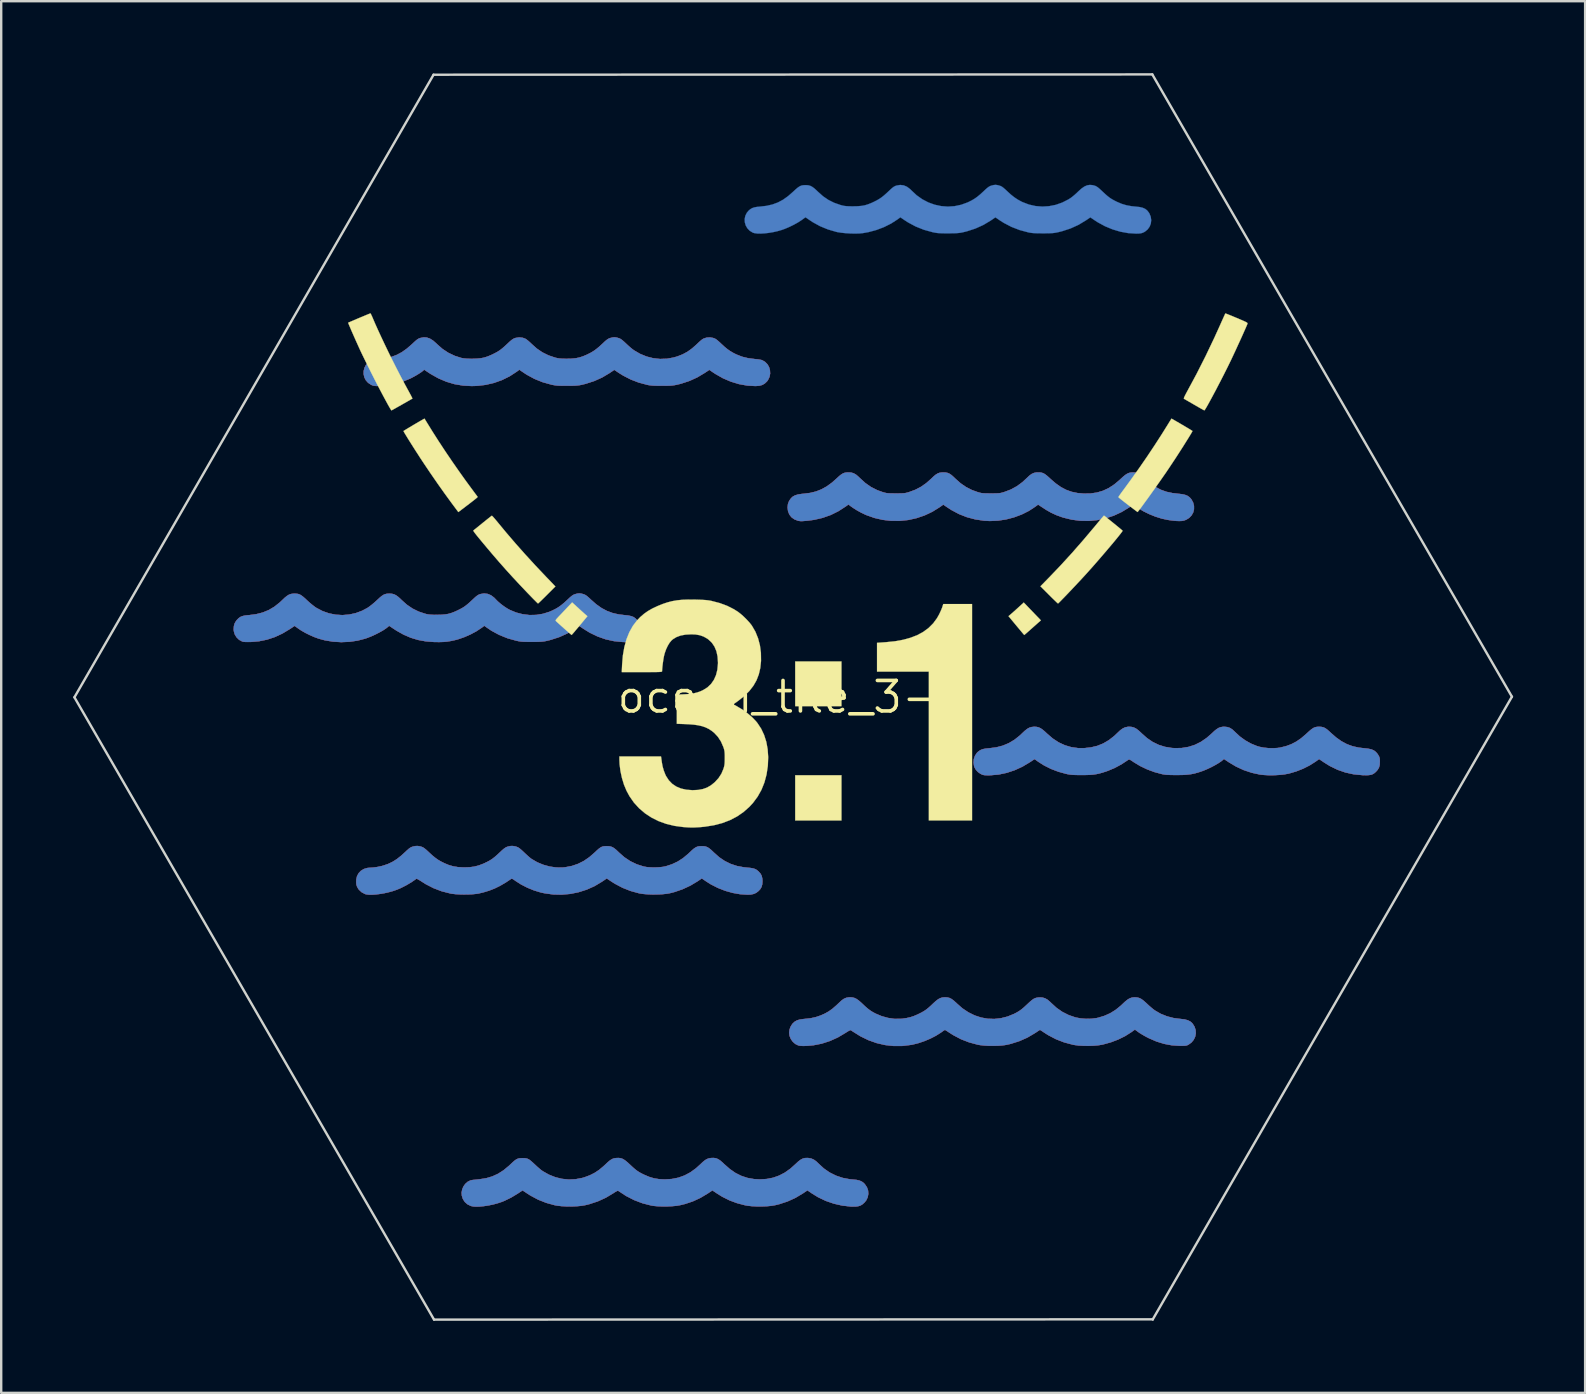
<source format=kicad_pcb>
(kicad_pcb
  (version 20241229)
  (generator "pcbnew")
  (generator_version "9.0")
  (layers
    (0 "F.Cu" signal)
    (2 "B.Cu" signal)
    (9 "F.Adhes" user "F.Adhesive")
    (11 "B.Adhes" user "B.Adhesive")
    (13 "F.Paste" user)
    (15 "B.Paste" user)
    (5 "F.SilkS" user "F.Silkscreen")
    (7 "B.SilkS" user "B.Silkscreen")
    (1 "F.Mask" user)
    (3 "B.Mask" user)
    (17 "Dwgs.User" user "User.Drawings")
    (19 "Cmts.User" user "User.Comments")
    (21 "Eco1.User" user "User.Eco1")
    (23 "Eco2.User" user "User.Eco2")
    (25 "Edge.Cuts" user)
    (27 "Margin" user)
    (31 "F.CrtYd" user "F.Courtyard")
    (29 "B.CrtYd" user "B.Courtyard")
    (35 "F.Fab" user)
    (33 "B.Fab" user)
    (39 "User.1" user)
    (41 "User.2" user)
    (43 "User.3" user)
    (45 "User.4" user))
  (footprint "ocean_tile_3-1"
    (layer "F.Cu")
    (at 29.99 25.984)
    (property "Reference" "ocean_tile_3-1" (at 0 0 0) (layer "F.SilkS") (effects (font (size 1.27 1.27) (thickness 0.15))))
    (attr through_hole)
    (fp_poly (pts (xy 0.634 19.204) (xy 0.754 19.226) (xy 0.862 19.274) (xy 0.968 19.351) (xy 1.053 19.433) (xy 1.276 19.639) (xy 1.52 19.808) (xy 1.783 19.939) (xy 2.065 20.033) (xy 2.362 20.089) (xy 2.48 20.099) (xy 2.635 20.115) (xy 2.757 20.142) (xy 2.855 20.184) (xy 2.937 20.244) (xy 2.985 20.294) (xy 3.071 20.421) (xy 3.119 20.558) (xy 3.129 20.701) (xy 3.102 20.841) (xy 3.039 20.971) (xy 2.966 21.06) (xy 2.884 21.132) (xy 2.8 21.182) (xy 2.704 21.212) (xy 2.588 21.226) (xy 2.442 21.225) (xy 2.401 21.224) (xy 2.044 21.184) (xy 1.694 21.104) (xy 1.355 20.987) (xy 1.034 20.833) (xy 0.785 20.68) (xy 0.594 20.549) (xy 0.399 20.68) (xy 0.088 20.865) (xy -0.236 21.012) (xy -0.581 21.125) (xy -0.769 21.171) (xy -0.927 21.196) (xy -1.114 21.213) (xy -1.317 21.22) (xy -1.524 21.219) (xy -1.723 21.209) (xy -1.901 21.189) (xy -2.002 21.171) (xy -2.34 21.082) (xy -2.653 20.966) (xy -2.949 20.818) (xy -3.158 20.689) (xy -3.365 20.551) (xy -3.573 20.689) (xy -3.871 20.866) (xy -4.179 21.008) (xy -4.505 21.117) (xy -4.72 21.169) (xy -4.87 21.194) (xy -5.048 21.21) (xy -5.243 21.219) (xy -5.442 21.22) (xy -5.633 21.213) (xy -5.804 21.198) (xy -5.915 21.18) (xy -6.278 21.087) (xy -6.626 20.954) (xy -6.962 20.782) (xy -7.286 20.569) (xy -7.29 20.566) (xy -7.321 20.569) (xy -7.381 20.598) (xy -7.469 20.653) (xy -7.491 20.668) (xy -7.805 20.856) (xy -8.141 21.009) (xy -8.498 21.126) (xy -8.678 21.17) (xy -8.842 21.196) (xy -9.035 21.213) (xy -9.242 21.221) (xy -9.453 21.219) (xy -9.655 21.207) (xy -9.835 21.186) (xy -9.921 21.171) (xy -10.284 21.071) (xy -10.628 20.935) (xy -10.953 20.76) (xy -11.062 20.69) (xy -11.143 20.636) (xy -11.21 20.592) (xy -11.256 20.563) (xy -11.273 20.553) (xy -11.291 20.564) (xy -11.338 20.594) (xy -11.405 20.638) (xy -11.476 20.685) (xy -11.746 20.848) (xy -12.024 20.984) (xy -12.141 21.031) (xy -12.312 21.088) (xy -12.494 21.137) (xy -12.681 21.176) (xy -12.866 21.205) (xy -13.04 21.223) (xy -13.196 21.229) (xy -13.328 21.221) (xy -13.426 21.2) (xy -13.569 21.129) (xy -13.68 21.031) (xy -13.759 20.904) (xy -13.8 20.777) (xy -13.811 20.645) (xy -13.787 20.513) (xy -13.734 20.389) (xy -13.656 20.28) (xy -13.558 20.194) (xy -13.445 20.138) (xy -13.369 20.121) (xy -13.311 20.115) (xy -13.225 20.106) (xy -13.123 20.095) (xy -13.052 20.087) (xy -12.78 20.044) (xy -12.529 19.969) (xy -12.293 19.861) (xy -12.066 19.716) (xy -11.844 19.533) (xy -11.779 19.472) (xy -11.678 19.376) (xy -11.596 19.306) (xy -11.528 19.259) (xy -11.463 19.23) (xy -11.395 19.215) (xy -11.314 19.21) (xy -11.271 19.209) (xy -11.186 19.211) (xy -11.116 19.221) (xy -11.053 19.241) (xy -10.989 19.276) (xy -10.918 19.331) (xy -10.83 19.409) (xy -10.754 19.481) (xy -10.666 19.563) (xy -10.576 19.641) (xy -10.496 19.707) (xy -10.435 19.751) (xy -10.177 19.897) (xy -9.908 20.004) (xy -9.63 20.072) (xy -9.347 20.1) (xy -9.064 20.087) (xy -8.784 20.034) (xy -8.678 20.002) (xy -8.463 19.921) (xy -8.27 19.823) (xy -8.086 19.701) (xy -7.903 19.549) (xy -7.825 19.476) (xy -7.721 19.378) (xy -7.637 19.308) (xy -7.565 19.26) (xy -7.498 19.229) (xy -7.427 19.211) (xy -7.365 19.204) (xy -7.266 19.201) (xy -7.178 19.214) (xy -7.092 19.246) (xy -7.003 19.302) (xy -6.901 19.385) (xy -6.807 19.472) (xy -6.686 19.585) (xy -6.584 19.673) (xy -6.49 19.745) (xy -6.394 19.806) (xy -6.285 19.864) (xy -6.195 19.907) (xy -5.99 19.993) (xy -5.795 20.051) (xy -5.593 20.083) (xy -5.371 20.094) (xy -5.345 20.095) (xy -5.053 20.077) (xy -4.781 20.023) (xy -4.525 19.931) (xy -4.281 19.801) (xy -4.047 19.631) (xy -3.872 19.473) (xy -3.766 19.372) (xy -3.678 19.3) (xy -3.599 19.251) (xy -3.523 19.222) (xy -3.44 19.206) (xy -3.405 19.202) (xy -3.302 19.201) (xy -3.212 19.216) (xy -3.126 19.252) (xy -3.035 19.312) (xy -2.932 19.401) (xy -2.874 19.457) (xy -2.643 19.661) (xy -2.407 19.825) (xy -2.162 19.948) (xy -1.905 20.033) (xy -1.634 20.081) (xy -1.386 20.094) (xy -1.102 20.077) (xy -0.835 20.025) (xy -0.584 19.936) (xy -0.343 19.81) (xy -0.11 19.643) (xy 0.098 19.457) (xy 0.211 19.351) (xy 0.309 19.277) (xy 0.399 19.229) (xy 0.489 19.205) (xy 0.587 19.201) (xy 0.634 19.204)) (stroke (width 0.01) (type solid)) (fill yes) (layer "F.Cu"))
    (fp_poly (pts (xy 2.32 -9.355) (xy 2.427 -9.346) (xy 2.524 -9.316) (xy 2.619 -9.261) (xy 2.72 -9.175) (xy 2.781 -9.116) (xy 3.005 -8.912) (xy 3.243 -8.746) (xy 3.5 -8.616) (xy 3.719 -8.537) (xy 3.791 -8.516) (xy 3.853 -8.5) (xy 3.916 -8.49) (xy 3.988 -8.484) (xy 4.079 -8.481) (xy 4.198 -8.48) (xy 4.276 -8.479) (xy 4.413 -8.48) (xy 4.518 -8.482) (xy 4.599 -8.486) (xy 4.666 -8.494) (xy 4.727 -8.507) (xy 4.792 -8.525) (xy 4.832 -8.537) (xy 5.091 -8.633) (xy 5.326 -8.756) (xy 5.547 -8.911) (xy 5.756 -9.097) (xy 5.86 -9.197) (xy 5.947 -9.267) (xy 6.026 -9.314) (xy 6.104 -9.341) (xy 6.191 -9.353) (xy 6.255 -9.355) (xy 6.353 -9.35) (xy 6.436 -9.333) (xy 6.514 -9.299) (xy 6.595 -9.243) (xy 6.687 -9.161) (xy 6.752 -9.098) (xy 6.971 -8.903) (xy 7.199 -8.746) (xy 7.445 -8.621) (xy 7.677 -8.537) (xy 7.749 -8.516) (xy 7.811 -8.5) (xy 7.874 -8.49) (xy 7.946 -8.484) (xy 8.037 -8.481) (xy 8.156 -8.48) (xy 8.234 -8.479) (xy 8.372 -8.48) (xy 8.476 -8.482) (xy 8.557 -8.486) (xy 8.624 -8.494) (xy 8.685 -8.507) (xy 8.751 -8.525) (xy 8.79 -8.537) (xy 9.066 -8.641) (xy 9.319 -8.779) (xy 9.554 -8.952) (xy 9.729 -9.116) (xy 9.838 -9.219) (xy 9.935 -9.29) (xy 10.03 -9.333) (xy 10.13 -9.353) (xy 10.189 -9.355) (xy 10.279 -9.353) (xy 10.354 -9.342) (xy 10.423 -9.318) (xy 10.494 -9.277) (xy 10.573 -9.216) (xy 10.671 -9.129) (xy 10.722 -9.081) (xy 10.94 -8.893) (xy 11.155 -8.742) (xy 11.372 -8.628) (xy 11.598 -8.547) (xy 11.84 -8.496) (xy 12.097 -8.473) (xy 12.386 -8.477) (xy 12.653 -8.516) (xy 12.905 -8.59) (xy 13.143 -8.701) (xy 13.374 -8.852) (xy 13.601 -9.042) (xy 13.619 -9.06) (xy 13.734 -9.166) (xy 13.828 -9.244) (xy 13.909 -9.297) (xy 13.984 -9.331) (xy 14.061 -9.349) (xy 14.147 -9.355) (xy 14.161 -9.355) (xy 14.259 -9.349) (xy 14.346 -9.328) (xy 14.43 -9.289) (xy 14.52 -9.226) (xy 14.624 -9.136) (xy 14.679 -9.083) (xy 14.89 -8.895) (xy 15.1 -8.746) (xy 15.317 -8.631) (xy 15.548 -8.548) (xy 15.801 -8.494) (xy 16.031 -8.467) (xy 16.196 -8.449) (xy 16.325 -8.42) (xy 16.428 -8.378) (xy 16.51 -8.32) (xy 16.58 -8.243) (xy 16.584 -8.237) (xy 16.659 -8.101) (xy 16.696 -7.96) (xy 16.696 -7.82) (xy 16.661 -7.686) (xy 16.593 -7.565) (xy 16.496 -7.463) (xy 16.369 -7.385) (xy 16.284 -7.353) (xy 16.192 -7.335) (xy 16.079 -7.33) (xy 15.939 -7.336) (xy 15.767 -7.355) (xy 15.6 -7.379) (xy 15.352 -7.433) (xy 15.091 -7.515) (xy 14.83 -7.62) (xy 14.583 -7.742) (xy 14.362 -7.877) (xy 14.32 -7.906) (xy 14.166 -8.017) (xy 13.999 -7.901) (xy 13.688 -7.711) (xy 13.36 -7.558) (xy 13.021 -7.445) (xy 12.672 -7.371) (xy 12.317 -7.336) (xy 11.959 -7.342) (xy 11.602 -7.389) (xy 11.248 -7.476) (xy 11.197 -7.493) (xy 10.96 -7.579) (xy 10.742 -7.68) (xy 10.525 -7.804) (xy 10.407 -7.881) (xy 10.203 -8.017) (xy 10.092 -7.934) (xy 9.818 -7.754) (xy 9.518 -7.604) (xy 9.199 -7.485) (xy 8.868 -7.398) (xy 8.53 -7.347) (xy 8.193 -7.332) (xy 7.959 -7.344) (xy 7.59 -7.399) (xy 7.239 -7.492) (xy 6.905 -7.623) (xy 6.585 -7.794) (xy 6.45 -7.881) (xy 6.253 -8.015) (xy 6.106 -7.911) (xy 5.799 -7.72) (xy 5.476 -7.567) (xy 5.139 -7.452) (xy 4.794 -7.375) (xy 4.442 -7.338) (xy 4.088 -7.339) (xy 3.734 -7.38) (xy 3.385 -7.46) (xy 3.044 -7.581) (xy 3.009 -7.596) (xy 2.837 -7.678) (xy 2.661 -7.775) (xy 2.498 -7.877) (xy 2.397 -7.949) (xy 2.303 -8.021) (xy 2.194 -7.942) (xy 1.884 -7.742) (xy 1.56 -7.582) (xy 1.22 -7.462) (xy 0.864 -7.38) (xy 0.603 -7.346) (xy 0.48 -7.335) (xy 0.39 -7.328) (xy 0.323 -7.327) (xy 0.271 -7.331) (xy 0.224 -7.339) (xy 0.201 -7.344) (xy 0.051 -7.402) (xy -0.07 -7.489) (xy -0.158 -7.602) (xy -0.213 -7.738) (xy -0.232 -7.895) (xy -0.232 -7.895) (xy -0.216 -8.042) (xy -0.167 -8.169) (xy -0.088 -8.28) (xy -0.015 -8.347) (xy 0.076 -8.397) (xy 0.191 -8.433) (xy 0.336 -8.457) (xy 0.441 -8.467) (xy 0.707 -8.501) (xy 0.95 -8.56) (xy 1.177 -8.649) (xy 1.396 -8.77) (xy 1.611 -8.926) (xy 1.81 -9.102) (xy 1.914 -9.198) (xy 1.999 -9.266) (xy 2.073 -9.312) (xy 2.145 -9.339) (xy 2.224 -9.352) (xy 2.319 -9.355) (xy 2.32 -9.355)) (stroke (width 0.01) (type solid)) (fill yes) (layer "F.Cu"))
    (fp_poly (pts (xy 14.103 1.248) (xy 14.196 1.273) (xy 14.287 1.32) (xy 14.385 1.393) (xy 14.498 1.497) (xy 14.513 1.513) (xy 14.74 1.713) (xy 14.976 1.874) (xy 15.224 1.994) (xy 15.488 2.077) (xy 15.77 2.123) (xy 15.896 2.131) (xy 16.189 2.125) (xy 16.467 2.079) (xy 16.731 1.995) (xy 16.983 1.87) (xy 17.224 1.705) (xy 17.431 1.524) (xy 17.544 1.418) (xy 17.639 1.341) (xy 17.723 1.289) (xy 17.804 1.258) (xy 17.889 1.243) (xy 17.949 1.24) (xy 18.078 1.251) (xy 18.191 1.288) (xy 18.297 1.356) (xy 18.408 1.46) (xy 18.409 1.461) (xy 18.606 1.645) (xy 18.83 1.807) (xy 19.069 1.942) (xy 19.316 2.043) (xy 19.42 2.074) (xy 19.594 2.109) (xy 19.789 2.129) (xy 19.99 2.134) (xy 20.18 2.123) (xy 20.285 2.108) (xy 20.527 2.049) (xy 20.748 1.968) (xy 20.957 1.859) (xy 21.161 1.719) (xy 21.367 1.542) (xy 21.396 1.515) (xy 21.505 1.416) (xy 21.592 1.343) (xy 21.667 1.293) (xy 21.735 1.262) (xy 21.806 1.246) (xy 21.886 1.241) (xy 21.907 1.24) (xy 21.999 1.245) (xy 22.077 1.261) (xy 22.151 1.293) (xy 22.229 1.345) (xy 22.32 1.422) (xy 22.395 1.492) (xy 22.617 1.687) (xy 22.838 1.843) (xy 23.063 1.964) (xy 23.299 2.051) (xy 23.552 2.108) (xy 23.791 2.136) (xy 23.955 2.154) (xy 24.085 2.182) (xy 24.188 2.226) (xy 24.271 2.289) (xy 24.343 2.374) (xy 24.379 2.431) (xy 24.41 2.489) (xy 24.427 2.543) (xy 24.435 2.61) (xy 24.437 2.699) (xy 24.429 2.832) (xy 24.401 2.938) (xy 24.348 3.03) (xy 24.272 3.115) (xy 24.208 3.171) (xy 24.144 3.211) (xy 24.072 3.238) (xy 23.983 3.252) (xy 23.869 3.257) (xy 23.723 3.254) (xy 23.701 3.253) (xy 23.345 3.218) (xy 23.003 3.143) (xy 22.673 3.028) (xy 22.353 2.872) (xy 22.109 2.72) (xy 21.908 2.584) (xy 21.753 2.695) (xy 21.512 2.848) (xy 21.242 2.984) (xy 20.954 3.098) (xy 20.659 3.185) (xy 20.638 3.19) (xy 20.464 3.222) (xy 20.262 3.244) (xy 20.045 3.256) (xy 19.826 3.258) (xy 19.619 3.248) (xy 19.441 3.229) (xy 19.103 3.155) (xy 18.768 3.043) (xy 18.445 2.894) (xy 18.147 2.716) (xy 17.944 2.58) (xy 17.899 2.621) (xy 17.815 2.688) (xy 17.7 2.763) (xy 17.563 2.843) (xy 17.413 2.922) (xy 17.259 2.995) (xy 17.111 3.058) (xy 17.037 3.086) (xy 16.87 3.142) (xy 16.718 3.184) (xy 16.57 3.214) (xy 16.415 3.233) (xy 16.243 3.245) (xy 16.043 3.249) (xy 15.981 3.249) (xy 15.812 3.248) (xy 15.677 3.245) (xy 15.568 3.239) (xy 15.477 3.23) (xy 15.397 3.217) (xy 15.367 3.211) (xy 15.053 3.127) (xy 14.743 3.012) (xy 14.449 2.871) (xy 14.181 2.709) (xy 14.171 2.701) (xy 14.092 2.648) (xy 14.039 2.616) (xy 14.004 2.602) (xy 13.98 2.603) (xy 13.959 2.614) (xy 13.673 2.803) (xy 13.391 2.955) (xy 13.108 3.074) (xy 13.031 3.101) (xy 12.879 3.15) (xy 12.746 3.186) (xy 12.623 3.213) (xy 12.497 3.231) (xy 12.36 3.242) (xy 12.201 3.248) (xy 12.023 3.249) (xy 11.866 3.249) (xy 11.743 3.246) (xy 11.645 3.242) (xy 11.562 3.234) (xy 11.485 3.223) (xy 11.406 3.208) (xy 11.369 3.2) (xy 11.047 3.111) (xy 10.738 2.993) (xy 10.451 2.849) (xy 10.211 2.697) (xy 10.055 2.585) (xy 9.855 2.718) (xy 9.547 2.901) (xy 9.226 3.048) (xy 8.897 3.157) (xy 8.563 3.228) (xy 8.229 3.258) (xy 8.149 3.26) (xy 8.045 3.259) (xy 7.97 3.255) (xy 7.914 3.245) (xy 7.865 3.228) (xy 7.811 3.202) (xy 7.808 3.201) (xy 7.7 3.126) (xy 7.61 3.029) (xy 7.549 2.921) (xy 7.536 2.883) (xy 7.514 2.733) (xy 7.527 2.585) (xy 7.574 2.448) (xy 7.652 2.33) (xy 7.694 2.288) (xy 7.763 2.235) (xy 7.833 2.196) (xy 7.915 2.169) (xy 8.019 2.15) (xy 8.154 2.137) (xy 8.169 2.135) (xy 8.465 2.097) (xy 8.736 2.026) (xy 8.987 1.92) (xy 9.224 1.778) (xy 9.451 1.596) (xy 9.544 1.507) (xy 9.655 1.403) (xy 9.75 1.329) (xy 9.836 1.28) (xy 9.924 1.252) (xy 10.02 1.242) (xy 10.054 1.241) (xy 10.143 1.246) (xy 10.222 1.265) (xy 10.301 1.3) (xy 10.385 1.357) (xy 10.482 1.438) (xy 10.583 1.533) (xy 10.817 1.733) (xy 11.062 1.893) (xy 11.318 2.011) (xy 11.586 2.09) (xy 11.868 2.129) (xy 12.118 2.131) (xy 12.403 2.1) (xy 12.668 2.036) (xy 12.916 1.936) (xy 13.151 1.798) (xy 13.376 1.622) (xy 13.513 1.492) (xy 13.627 1.385) (xy 13.73 1.311) (xy 13.828 1.265) (xy 13.932 1.243) (xy 14.002 1.24) (xy 14.103 1.248)) (stroke (width 0.01) (type solid)) (fill yes) (layer "F.Cu"))
    (fp_poly (pts (xy -8.814 -4.304) (xy -8.743 -4.284) (xy -8.689 -4.265) (xy -8.637 -4.237) (xy -8.578 -4.194) (xy -8.506 -4.131) (xy -8.425 -4.055) (xy -8.203 -3.86) (xy -7.982 -3.704) (xy -7.756 -3.584) (xy -7.518 -3.496) (xy -7.261 -3.438) (xy -7.017 -3.41) (xy -6.865 -3.393) (xy -6.746 -3.368) (xy -6.652 -3.331) (xy -6.574 -3.278) (xy -6.51 -3.212) (xy -6.428 -3.087) (xy -6.383 -2.949) (xy -6.375 -2.807) (xy -6.402 -2.667) (xy -6.465 -2.537) (xy -6.557 -2.43) (xy -6.631 -2.371) (xy -6.705 -2.329) (xy -6.789 -2.303) (xy -6.891 -2.291) (xy -7.022 -2.289) (xy -7.107 -2.292) (xy -7.464 -2.328) (xy -7.812 -2.405) (xy -8.15 -2.524) (xy -8.476 -2.682) (xy -8.705 -2.823) (xy -8.912 -2.961) (xy -9.113 -2.825) (xy -9.419 -2.643) (xy -9.75 -2.494) (xy -10.106 -2.379) (xy -10.288 -2.335) (xy -10.367 -2.32) (xy -10.454 -2.31) (xy -10.555 -2.302) (xy -10.68 -2.298) (xy -10.836 -2.297) (xy -10.89 -2.297) (xy -11.045 -2.297) (xy -11.167 -2.3) (xy -11.265 -2.304) (xy -11.349 -2.312) (xy -11.426 -2.324) (xy -11.508 -2.34) (xy -11.533 -2.346) (xy -11.899 -2.448) (xy -12.245 -2.588) (xy -12.569 -2.763) (xy -12.798 -2.919) (xy -12.865 -2.968) (xy -12.98 -2.883) (xy -13.199 -2.738) (xy -13.446 -2.606) (xy -13.707 -2.492) (xy -13.966 -2.403) (xy -14.076 -2.374) (xy -14.252 -2.335) (xy -14.414 -2.309) (xy -14.576 -2.294) (xy -14.752 -2.289) (xy -14.955 -2.292) (xy -14.962 -2.292) (xy -15.304 -2.319) (xy -15.624 -2.378) (xy -15.929 -2.47) (xy -16.226 -2.598) (xy -16.523 -2.765) (xy -16.634 -2.837) (xy -16.83 -2.968) (xy -16.877 -2.926) (xy -16.969 -2.853) (xy -17.093 -2.772) (xy -17.241 -2.689) (xy -17.402 -2.607) (xy -17.57 -2.53) (xy -17.735 -2.465) (xy -17.823 -2.434) (xy -18.145 -2.35) (xy -18.483 -2.3) (xy -18.828 -2.286) (xy -19.173 -2.307) (xy -19.51 -2.363) (xy -19.77 -2.434) (xy -19.948 -2.499) (xy -20.138 -2.582) (xy -20.324 -2.675) (xy -20.493 -2.772) (xy -20.602 -2.845) (xy -20.768 -2.964) (xy -20.961 -2.835) (xy -21.276 -2.646) (xy -21.594 -2.498) (xy -21.918 -2.391) (xy -22.251 -2.323) (xy -22.574 -2.295) (xy -22.708 -2.292) (xy -22.807 -2.293) (xy -22.879 -2.298) (xy -22.932 -2.309) (xy -22.953 -2.316) (xy -23.081 -2.385) (xy -23.184 -2.485) (xy -23.259 -2.607) (xy -23.299 -2.745) (xy -23.305 -2.82) (xy -23.295 -2.959) (xy -23.262 -3.071) (xy -23.202 -3.171) (xy -23.171 -3.209) (xy -23.102 -3.28) (xy -23.031 -3.331) (xy -22.95 -3.367) (xy -22.848 -3.391) (xy -22.716 -3.407) (xy -22.669 -3.41) (xy -22.369 -3.449) (xy -22.095 -3.519) (xy -21.842 -3.623) (xy -21.606 -3.763) (xy -21.383 -3.941) (xy -21.289 -4.03) (xy -21.178 -4.135) (xy -21.086 -4.21) (xy -21.003 -4.261) (xy -20.922 -4.29) (xy -20.836 -4.303) (xy -20.786 -4.305) (xy -20.695 -4.303) (xy -20.618 -4.291) (xy -20.548 -4.266) (xy -20.476 -4.223) (xy -20.395 -4.159) (xy -20.295 -4.069) (xy -20.257 -4.033) (xy -20.15 -3.935) (xy -20.037 -3.841) (xy -19.932 -3.76) (xy -19.855 -3.708) (xy -19.601 -3.576) (xy -19.334 -3.483) (xy -19.058 -3.428) (xy -18.778 -3.411) (xy -18.499 -3.433) (xy -18.224 -3.492) (xy -17.958 -3.591) (xy -17.737 -3.708) (xy -17.647 -3.77) (xy -17.54 -3.853) (xy -17.428 -3.948) (xy -17.335 -4.033) (xy -17.228 -4.132) (xy -17.141 -4.205) (xy -17.067 -4.254) (xy -16.997 -4.284) (xy -16.924 -4.3) (xy -16.839 -4.305) (xy -16.806 -4.305) (xy -16.708 -4.298) (xy -16.621 -4.275) (xy -16.535 -4.231) (xy -16.444 -4.163) (xy -16.339 -4.066) (xy -16.307 -4.035) (xy -16.087 -3.839) (xy -15.853 -3.681) (xy -15.598 -3.556) (xy -15.333 -3.468) (xy -15.256 -3.449) (xy -15.181 -3.436) (xy -15.096 -3.428) (xy -14.991 -3.423) (xy -14.856 -3.422) (xy -14.838 -3.422) (xy -14.652 -3.426) (xy -14.496 -3.439) (xy -14.357 -3.463) (xy -14.223 -3.503) (xy -14.08 -3.559) (xy -13.975 -3.608) (xy -13.856 -3.668) (xy -13.757 -3.723) (xy -13.667 -3.783) (xy -13.577 -3.853) (xy -13.477 -3.94) (xy -13.364 -4.045) (xy -13.272 -4.131) (xy -13.202 -4.192) (xy -13.146 -4.234) (xy -13.096 -4.262) (xy -13.045 -4.282) (xy -13.026 -4.288) (xy -12.873 -4.312) (xy -12.726 -4.294) (xy -12.586 -4.236) (xy -12.456 -4.137) (xy -12.396 -4.074) (xy -12.305 -3.982) (xy -12.188 -3.882) (xy -12.058 -3.783) (xy -11.926 -3.695) (xy -11.813 -3.631) (xy -11.545 -3.519) (xy -11.268 -3.447) (xy -10.985 -3.413) (xy -10.701 -3.419) (xy -10.421 -3.465) (xy -10.15 -3.55) (xy -10.04 -3.598) (xy -9.901 -3.667) (xy -9.779 -3.739) (xy -9.663 -3.822) (xy -9.541 -3.923) (xy -9.408 -4.045) (xy -9.314 -4.133) (xy -9.242 -4.195) (xy -9.185 -4.237) (xy -9.133 -4.265) (xy -9.081 -4.284) (xy -9.079 -4.285) (xy -8.98 -4.309) (xy -8.899 -4.316) (xy -8.814 -4.304)) (stroke (width 0.01) (type solid)) (fill yes) (layer "F.Cu"))
    (fp_poly (pts (xy -15.534 6.224) (xy -15.497 6.235) (xy -15.445 6.254) (xy -15.393 6.282) (xy -15.335 6.325) (xy -15.261 6.388) (xy -15.17 6.473) (xy -15.031 6.6) (xy -14.908 6.701) (xy -14.789 6.785) (xy -14.663 6.858) (xy -14.532 6.923) (xy -14.343 7.002) (xy -14.157 7.055) (xy -13.961 7.086) (xy -13.743 7.098) (xy -13.695 7.099) (xy -13.474 7.091) (xy -13.279 7.065) (xy -13.095 7.017) (xy -12.908 6.946) (xy -12.835 6.912) (xy -12.716 6.854) (xy -12.616 6.798) (xy -12.525 6.738) (xy -12.433 6.666) (xy -12.331 6.577) (xy -12.222 6.475) (xy -12.127 6.387) (xy -12.055 6.325) (xy -11.996 6.282) (xy -11.945 6.254) (xy -11.893 6.235) (xy -11.893 6.235) (xy -11.78 6.208) (xy -11.681 6.205) (xy -11.575 6.225) (xy -11.538 6.235) (xy -11.486 6.254) (xy -11.435 6.281) (xy -11.378 6.323) (xy -11.307 6.384) (xy -11.215 6.47) (xy -11.211 6.474) (xy -11.123 6.556) (xy -11.037 6.634) (xy -10.961 6.699) (xy -10.904 6.743) (xy -10.897 6.748) (xy -10.664 6.884) (xy -10.411 6.989) (xy -10.146 7.062) (xy -9.876 7.101) (xy -9.611 7.104) (xy -9.496 7.092) (xy -9.22 7.039) (xy -8.964 6.952) (xy -8.722 6.831) (xy -8.49 6.672) (xy -8.266 6.476) (xy -8.163 6.379) (xy -8.082 6.31) (xy -8.013 6.262) (xy -7.948 6.233) (xy -7.88 6.219) (xy -7.8 6.213) (xy -7.768 6.213) (xy -7.672 6.217) (xy -7.591 6.232) (xy -7.517 6.262) (xy -7.44 6.312) (xy -7.353 6.386) (xy -7.261 6.475) (xy -7.028 6.679) (xy -6.779 6.844) (xy -6.512 6.971) (xy -6.227 7.062) (xy -6.221 7.063) (xy -6.089 7.086) (xy -5.929 7.098) (xy -5.757 7.101) (xy -5.586 7.093) (xy -5.43 7.077) (xy -5.309 7.053) (xy -5.044 6.966) (xy -4.805 6.853) (xy -4.584 6.71) (xy -4.37 6.531) (xy -4.326 6.488) (xy -4.22 6.388) (xy -4.134 6.315) (xy -4.06 6.265) (xy -3.99 6.234) (xy -3.916 6.219) (xy -3.83 6.214) (xy -3.81 6.213) (xy -3.717 6.217) (xy -3.639 6.231) (xy -3.566 6.261) (xy -3.492 6.309) (xy -3.406 6.381) (xy -3.301 6.481) (xy -3.301 6.481) (xy -3.08 6.677) (xy -2.849 6.833) (xy -2.605 6.953) (xy -2.341 7.04) (xy -2.054 7.094) (xy -1.903 7.109) (xy -1.769 7.122) (xy -1.666 7.141) (xy -1.586 7.167) (xy -1.518 7.205) (xy -1.453 7.258) (xy -1.443 7.268) (xy -1.363 7.357) (xy -1.312 7.452) (xy -1.287 7.564) (xy -1.281 7.673) (xy -1.29 7.807) (xy -1.32 7.914) (xy -1.376 8.007) (xy -1.443 8.079) (xy -1.537 8.153) (xy -1.64 8.201) (xy -1.763 8.227) (xy -1.892 8.233) (xy -2.2 8.215) (xy -2.515 8.16) (xy -2.831 8.071) (xy -3.14 7.95) (xy -3.432 7.801) (xy -3.617 7.684) (xy -3.806 7.555) (xy -3.979 7.673) (xy -4.283 7.855) (xy -4.609 8.007) (xy -4.95 8.124) (xy -5.15 8.175) (xy -5.299 8.199) (xy -5.476 8.216) (xy -5.671 8.224) (xy -5.872 8.225) (xy -6.067 8.218) (xy -6.246 8.203) (xy -6.396 8.18) (xy -6.417 8.176) (xy -6.776 8.077) (xy -7.111 7.944) (xy -7.428 7.776) (xy -7.559 7.693) (xy -7.765 7.556) (xy -7.967 7.693) (xy -8.274 7.876) (xy -8.599 8.022) (xy -8.938 8.13) (xy -9.287 8.201) (xy -9.642 8.232) (xy -10 8.224) (xy -10.356 8.175) (xy -10.526 8.137) (xy -10.801 8.053) (xy -11.074 7.941) (xy -11.333 7.808) (xy -11.565 7.66) (xy -11.597 7.636) (xy -11.672 7.586) (xy -11.72 7.566) (xy -11.739 7.569) (xy -11.984 7.732) (xy -12.213 7.865) (xy -12.435 7.974) (xy -12.659 8.062) (xy -12.894 8.134) (xy -13.102 8.184) (xy -13.223 8.202) (xy -13.374 8.216) (xy -13.546 8.223) (xy -13.727 8.225) (xy -13.906 8.221) (xy -14.072 8.211) (xy -14.214 8.195) (xy -14.276 8.184) (xy -14.64 8.091) (xy -14.983 7.96) (xy -15.307 7.793) (xy -15.465 7.693) (xy -15.558 7.634) (xy -15.631 7.592) (xy -15.68 7.571) (xy -15.697 7.571) (xy -15.895 7.709) (xy -16.118 7.841) (xy -16.349 7.958) (xy -16.498 8.021) (xy -16.658 8.078) (xy -16.833 8.127) (xy -17.015 8.169) (xy -17.198 8.201) (xy -17.374 8.223) (xy -17.535 8.234) (xy -17.676 8.233) (xy -17.787 8.219) (xy -17.834 8.206) (xy -17.975 8.131) (xy -18.085 8.029) (xy -18.117 7.987) (xy -18.166 7.899) (xy -18.194 7.812) (xy -18.202 7.71) (xy -18.198 7.606) (xy -18.167 7.463) (xy -18.1 7.339) (xy -18.004 7.239) (xy -17.882 7.165) (xy -17.739 7.122) (xy -17.636 7.113) (xy -17.49 7.104) (xy -17.325 7.081) (xy -17.161 7.047) (xy -17.078 7.025) (xy -16.876 6.956) (xy -16.689 6.867) (xy -16.509 6.754) (xy -16.328 6.611) (xy -16.181 6.477) (xy -16.087 6.389) (xy -16.016 6.327) (xy -15.959 6.284) (xy -15.908 6.256) (xy -15.857 6.237) (xy -15.852 6.235) (xy -15.739 6.209) (xy -15.64 6.205) (xy -15.534 6.224)) (stroke (width 0.01) (type solid)) (fill yes) (layer "F.Cu"))
    (fp_poly (pts (xy 6.427 12.516) (xy 6.514 12.538) (xy 6.598 12.581) (xy 6.689 12.648) (xy 6.795 12.744) (xy 6.819 12.768) (xy 7.051 12.971) (xy 7.298 13.136) (xy 7.557 13.264) (xy 7.825 13.352) (xy 8.099 13.402) (xy 8.377 13.412) (xy 8.656 13.381) (xy 8.933 13.311) (xy 9.205 13.199) (xy 9.218 13.192) (xy 9.329 13.134) (xy 9.425 13.075) (xy 9.516 13.009) (xy 9.612 12.929) (xy 9.724 12.826) (xy 9.758 12.794) (xy 9.863 12.696) (xy 9.948 12.624) (xy 10.019 12.575) (xy 10.086 12.543) (xy 10.156 12.525) (xy 10.236 12.515) (xy 10.247 12.514) (xy 10.374 12.518) (xy 10.489 12.55) (xy 10.601 12.614) (xy 10.716 12.714) (xy 10.742 12.741) (xy 10.967 12.947) (xy 11.213 13.118) (xy 11.477 13.251) (xy 11.754 13.346) (xy 11.761 13.348) (xy 11.97 13.388) (xy 12.197 13.406) (xy 12.424 13.402) (xy 12.637 13.375) (xy 12.706 13.36) (xy 12.971 13.279) (xy 13.211 13.171) (xy 13.435 13.031) (xy 13.652 12.854) (xy 13.727 12.783) (xy 13.84 12.677) (xy 13.937 12.601) (xy 14.024 12.551) (xy 14.11 12.522) (xy 14.201 12.511) (xy 14.235 12.51) (xy 14.329 12.517) (xy 14.416 12.539) (xy 14.501 12.581) (xy 14.593 12.648) (xy 14.701 12.743) (xy 14.741 12.781) (xy 14.83 12.864) (xy 14.924 12.945) (xy 15.01 13.015) (xy 15.068 13.058) (xy 15.311 13.198) (xy 15.576 13.304) (xy 15.859 13.376) (xy 16.133 13.41) (xy 16.305 13.43) (xy 16.443 13.468) (xy 16.552 13.525) (xy 16.629 13.595) (xy 16.714 13.726) (xy 16.761 13.865) (xy 16.771 14.008) (xy 16.745 14.147) (xy 16.684 14.277) (xy 16.591 14.39) (xy 16.465 14.481) (xy 16.458 14.485) (xy 16.418 14.504) (xy 16.376 14.517) (xy 16.323 14.525) (xy 16.25 14.528) (xy 16.147 14.529) (xy 16.097 14.528) (xy 15.772 14.507) (xy 15.452 14.447) (xy 15.135 14.349) (xy 14.814 14.21) (xy 14.753 14.179) (xy 14.645 14.121) (xy 14.535 14.057) (xy 14.437 13.997) (xy 14.373 13.953) (xy 14.236 13.852) (xy 14.083 13.961) (xy 13.826 14.124) (xy 13.539 14.266) (xy 13.231 14.383) (xy 12.91 14.472) (xy 12.869 14.481) (xy 12.703 14.508) (xy 12.509 14.525) (xy 12.3 14.532) (xy 12.089 14.529) (xy 11.889 14.517) (xy 11.712 14.494) (xy 11.651 14.482) (xy 11.287 14.385) (xy 10.947 14.253) (xy 10.629 14.087) (xy 10.482 13.994) (xy 10.404 13.942) (xy 10.339 13.9) (xy 10.295 13.872) (xy 10.281 13.864) (xy 10.261 13.875) (xy 10.214 13.905) (xy 10.146 13.95) (xy 10.067 14.002) (xy 9.753 14.187) (xy 9.417 14.335) (xy 9.063 14.447) (xy 8.869 14.491) (xy 8.714 14.513) (xy 8.531 14.526) (xy 8.332 14.531) (xy 8.13 14.528) (xy 7.938 14.516) (xy 7.768 14.496) (xy 7.691 14.482) (xy 7.331 14.385) (xy 6.992 14.254) (xy 6.671 14.085) (xy 6.526 13.993) (xy 6.447 13.941) (xy 6.381 13.899) (xy 6.337 13.872) (xy 6.322 13.864) (xy 6.301 13.876) (xy 6.253 13.907) (xy 6.189 13.952) (xy 6.149 13.98) (xy 5.945 14.109) (xy 5.712 14.229) (xy 5.46 14.335) (xy 5.204 14.421) (xy 4.955 14.482) (xy 4.916 14.489) (xy 4.549 14.534) (xy 4.186 14.536) (xy 3.829 14.496) (xy 3.478 14.415) (xy 3.134 14.293) (xy 2.798 14.129) (xy 2.47 13.924) (xy 2.403 13.877) (xy 2.373 13.878) (xy 2.315 13.905) (xy 2.226 13.959) (xy 2.179 13.99) (xy 1.862 14.178) (xy 1.532 14.327) (xy 1.193 14.437) (xy 0.846 14.506) (xy 0.551 14.532) (xy 0.424 14.535) (xy 0.328 14.532) (xy 0.254 14.522) (xy 0.204 14.508) (xy 0.087 14.45) (xy -0.016 14.359) (xy -0.097 14.244) (xy -0.15 14.115) (xy -0.169 13.981) (xy -0.169 13.981) (xy -0.152 13.856) (xy -0.105 13.73) (xy -0.036 13.62) (xy -0.019 13.6) (xy 0.062 13.526) (xy 0.154 13.473) (xy 0.267 13.438) (xy 0.409 13.416) (xy 0.476 13.41) (xy 0.716 13.384) (xy 0.933 13.338) (xy 1.141 13.268) (xy 1.143 13.267) (xy 1.321 13.188) (xy 1.484 13.096) (xy 1.641 12.983) (xy 1.801 12.844) (xy 1.909 12.741) (xy 2.018 12.64) (xy 2.116 12.571) (xy 2.211 12.53) (xy 2.314 12.512) (xy 2.371 12.509) (xy 2.465 12.515) (xy 2.55 12.536) (xy 2.634 12.576) (xy 2.724 12.638) (xy 2.828 12.728) (xy 2.888 12.784) (xy 3.006 12.895) (xy 3.106 12.981) (xy 3.196 13.05) (xy 3.288 13.11) (xy 3.389 13.166) (xy 3.44 13.192) (xy 3.687 13.296) (xy 3.948 13.368) (xy 4.211 13.406) (xy 4.469 13.407) (xy 4.553 13.4) (xy 4.727 13.374) (xy 4.875 13.341) (xy 5.018 13.295) (xy 5.171 13.23) (xy 5.218 13.208) (xy 5.342 13.146) (xy 5.446 13.087) (xy 5.541 13.023) (xy 5.636 12.947) (xy 5.743 12.852) (xy 5.828 12.77) (xy 5.941 12.667) (xy 6.037 12.593) (xy 6.125 12.545) (xy 6.214 12.519) (xy 6.311 12.51) (xy 6.329 12.509) (xy 6.427 12.516)) (stroke (width 0.01) (type solid)) (fill yes) (layer "F.Cu"))
    (fp_poly (pts (xy -7.353 -14.972) (xy -7.282 -14.952) (xy -7.228 -14.933) (xy -7.176 -14.905) (xy -7.118 -14.862) (xy -7.045 -14.799) (xy -6.964 -14.723) (xy -6.875 -14.64) (xy -6.783 -14.559) (xy -6.699 -14.49) (xy -6.634 -14.442) (xy -6.377 -14.292) (xy -6.108 -14.182) (xy -5.83 -14.111) (xy -5.547 -14.08) (xy -5.261 -14.09) (xy -4.976 -14.141) (xy -4.815 -14.189) (xy -4.598 -14.275) (xy -4.401 -14.382) (xy -4.213 -14.517) (xy -4.024 -14.684) (xy -4.003 -14.705) (xy -3.924 -14.78) (xy -3.848 -14.847) (xy -3.784 -14.898) (xy -3.745 -14.923) (xy -3.61 -14.969) (xy -3.464 -14.978) (xy -3.336 -14.956) (xy -3.283 -14.938) (xy -3.233 -14.913) (xy -3.179 -14.876) (xy -3.114 -14.821) (xy -3.029 -14.743) (xy -3 -14.715) (xy -2.861 -14.588) (xy -2.737 -14.486) (xy -2.617 -14.403) (xy -2.492 -14.33) (xy -2.364 -14.266) (xy -2.128 -14.174) (xy -1.873 -14.112) (xy -1.602 -14.078) (xy -1.498 -14.068) (xy -1.402 -14.054) (xy -1.326 -14.039) (xy -1.29 -14.028) (xy -1.167 -13.955) (xy -1.071 -13.856) (xy -1.004 -13.737) (xy -0.967 -13.604) (xy -0.961 -13.466) (xy -0.989 -13.33) (xy -1.052 -13.201) (xy -1.093 -13.146) (xy -1.185 -13.059) (xy -1.288 -13) (xy -1.412 -12.966) (xy -1.565 -12.954) (xy -1.581 -12.954) (xy -1.922 -12.975) (xy -2.263 -13.037) (xy -2.598 -13.139) (xy -2.926 -13.28) (xy -3.242 -13.46) (xy -3.329 -13.517) (xy -3.493 -13.629) (xy -3.678 -13.505) (xy -3.993 -13.317) (xy -4.324 -13.166) (xy -4.676 -13.051) (xy -4.829 -13.014) (xy -4.913 -12.996) (xy -4.991 -12.983) (xy -5.071 -12.974) (xy -5.164 -12.969) (xy -5.278 -12.966) (xy -5.422 -12.965) (xy -5.472 -12.965) (xy -5.638 -12.966) (xy -5.771 -12.969) (xy -5.878 -12.975) (xy -5.967 -12.985) (xy -6.048 -12.998) (xy -6.075 -13.004) (xy -6.434 -13.1) (xy -6.768 -13.228) (xy -7.082 -13.39) (xy -7.251 -13.495) (xy -7.451 -13.629) (xy -7.652 -13.493) (xy -7.958 -13.311) (xy -8.289 -13.162) (xy -8.645 -13.047) (xy -8.827 -13.003) (xy -8.907 -12.988) (xy -8.993 -12.978) (xy -9.095 -12.97) (xy -9.22 -12.966) (xy -9.376 -12.965) (xy -9.43 -12.965) (xy -9.585 -12.965) (xy -9.707 -12.968) (xy -9.805 -12.972) (xy -9.888 -12.98) (xy -9.966 -12.992) (xy -10.048 -13.008) (xy -10.073 -13.014) (xy -10.436 -13.115) (xy -10.777 -13.253) (xy -11.099 -13.428) (xy -11.222 -13.509) (xy -11.407 -13.634) (xy -11.519 -13.551) (xy -11.814 -13.359) (xy -12.131 -13.203) (xy -12.465 -13.084) (xy -12.815 -13.003) (xy -13.178 -12.961) (xy -13.391 -12.954) (xy -13.755 -12.974) (xy -14.108 -13.034) (xy -14.45 -13.136) (xy -14.783 -13.278) (xy -15.107 -13.461) (xy -15.174 -13.505) (xy -15.37 -13.636) (xy -15.416 -13.594) (xy -15.48 -13.543) (xy -15.573 -13.48) (xy -15.684 -13.412) (xy -15.804 -13.344) (xy -15.923 -13.281) (xy -15.967 -13.26) (xy -16.26 -13.139) (xy -16.565 -13.046) (xy -16.872 -12.984) (xy -17.17 -12.956) (xy -17.259 -12.954) (xy -17.364 -12.955) (xy -17.438 -12.961) (xy -17.496 -12.972) (xy -17.549 -12.992) (xy -17.585 -13.009) (xy -17.708 -13.091) (xy -17.8 -13.196) (xy -17.861 -13.316) (xy -17.891 -13.447) (xy -17.89 -13.58) (xy -17.858 -13.711) (xy -17.795 -13.832) (xy -17.701 -13.937) (xy -17.583 -14.016) (xy -17.52 -14.04) (xy -17.436 -14.059) (xy -17.321 -14.073) (xy -17.258 -14.078) (xy -16.985 -14.11) (xy -16.739 -14.166) (xy -16.513 -14.25) (xy -16.299 -14.364) (xy -16.089 -14.513) (xy -15.877 -14.698) (xy -15.871 -14.704) (xy -15.778 -14.791) (xy -15.707 -14.854) (xy -15.65 -14.898) (xy -15.601 -14.927) (xy -15.552 -14.947) (xy -15.524 -14.956) (xy -15.389 -14.981) (xy -15.26 -14.972) (xy -15.134 -14.929) (xy -15.006 -14.85) (xy -14.87 -14.732) (xy -14.838 -14.7) (xy -14.615 -14.503) (xy -14.368 -14.339) (xy -14.099 -14.211) (xy -13.827 -14.124) (xy -13.741 -14.107) (xy -13.638 -14.096) (xy -13.509 -14.09) (xy -13.367 -14.089) (xy -13.179 -14.094) (xy -13.021 -14.109) (xy -12.878 -14.136) (xy -12.738 -14.18) (xy -12.589 -14.241) (xy -12.514 -14.276) (xy -12.396 -14.336) (xy -12.297 -14.391) (xy -12.207 -14.451) (xy -12.117 -14.521) (xy -12.017 -14.608) (xy -11.904 -14.713) (xy -11.812 -14.799) (xy -11.741 -14.86) (xy -11.685 -14.902) (xy -11.635 -14.93) (xy -11.584 -14.95) (xy -11.565 -14.956) (xy -11.414 -14.979) (xy -11.265 -14.963) (xy -11.151 -14.92) (xy -11.102 -14.888) (xy -11.034 -14.833) (xy -10.956 -14.764) (xy -10.891 -14.702) (xy -10.674 -14.509) (xy -10.443 -14.353) (xy -10.193 -14.23) (xy -9.915 -14.136) (xy -9.91 -14.135) (xy -9.83 -14.116) (xy -9.749 -14.102) (xy -9.655 -14.094) (xy -9.537 -14.09) (xy -9.43 -14.089) (xy -9.234 -14.093) (xy -9.066 -14.109) (xy -8.913 -14.14) (xy -8.762 -14.188) (xy -8.6 -14.256) (xy -8.579 -14.266) (xy -8.441 -14.335) (xy -8.319 -14.407) (xy -8.202 -14.49) (xy -8.08 -14.591) (xy -7.947 -14.713) (xy -7.854 -14.801) (xy -7.782 -14.863) (xy -7.724 -14.905) (xy -7.673 -14.933) (xy -7.621 -14.952) (xy -7.619 -14.953) (xy -7.52 -14.977) (xy -7.438 -14.984) (xy -7.353 -14.972)) (stroke (width 0.01) (type solid)) (fill yes) (layer "F.Cu"))
    (fp_poly (pts (xy 17.484 -21.583) (xy 17.713 -21.186) (xy 17.937 -20.798) (xy 18.154 -20.422) (xy 18.364 -20.059) (xy 18.565 -19.71) (xy 18.757 -19.377) (xy 18.938 -19.062) (xy 19.109 -18.766) (xy 19.267 -18.491) (xy 19.412 -18.238) (xy 19.544 -18.01) (xy 19.66 -17.807) (xy 19.761 -17.631) (xy 19.845 -17.484) (xy 19.911 -17.367) (xy 19.959 -17.283) (xy 19.987 -17.231) (xy 19.995 -17.216) (xy 19.972 -17.208) (xy 19.918 -17.194) (xy 19.844 -17.177) (xy 19.82 -17.172) (xy 19.746 -17.159) (xy 19.661 -17.149) (xy 19.557 -17.142) (xy 19.427 -17.138) (xy 19.265 -17.137) (xy 19.188 -17.137) (xy 18.977 -17.139) (xy 18.799 -17.146) (xy 18.645 -17.16) (xy 18.503 -17.182) (xy 18.365 -17.214) (xy 18.222 -17.256) (xy 18.104 -17.296) (xy 17.941 -17.358) (xy 17.785 -17.428) (xy 17.631 -17.509) (xy 17.476 -17.605) (xy 17.313 -17.717) (xy 17.139 -17.851) (xy 16.949 -18.007) (xy 16.739 -18.191) (xy 16.607 -18.309) (xy 16.495 -18.41) (xy 16.38 -18.514) (xy 16.269 -18.613) (xy 16.173 -18.698) (xy 16.108 -18.755) (xy 15.762 -19.041) (xy 15.422 -19.287) (xy 15.085 -19.495) (xy 14.745 -19.668) (xy 14.399 -19.808) (xy 14.041 -19.915) (xy 13.669 -19.992) (xy 13.277 -20.04) (xy 12.965 -20.059) (xy 12.506 -20.058) (xy 12.068 -20.021) (xy 11.649 -19.946) (xy 11.246 -19.835) (xy 10.857 -19.685) (xy 10.481 -19.497) (xy 10.164 -19.303) (xy 10.044 -19.222) (xy 9.929 -19.139) (xy 9.813 -19.052) (xy 9.691 -18.955) (xy 9.558 -18.845) (xy 9.41 -18.717) (xy 9.241 -18.568) (xy 9.054 -18.4) (xy 8.884 -18.247) (xy 8.74 -18.12) (xy 8.618 -18.014) (xy 8.514 -17.925) (xy 8.422 -17.85) (xy 8.338 -17.784) (xy 8.258 -17.725) (xy 8.176 -17.668) (xy 8.135 -17.64) (xy 7.827 -17.458) (xy 7.508 -17.316) (xy 7.171 -17.212) (xy 6.996 -17.174) (xy 6.859 -17.155) (xy 6.691 -17.142) (xy 6.503 -17.134) (xy 6.306 -17.132) (xy 6.111 -17.136) (xy 5.929 -17.145) (xy 5.77 -17.161) (xy 5.683 -17.174) (xy 5.489 -17.215) (xy 5.306 -17.265) (xy 5.131 -17.326) (xy 4.959 -17.401) (xy 4.786 -17.492) (xy 4.609 -17.601) (xy 4.422 -17.731) (xy 4.223 -17.884) (xy 4.007 -18.063) (xy 3.769 -18.27) (xy 3.619 -18.404) (xy 3.421 -18.583) (xy 3.247 -18.736) (xy 3.093 -18.868) (xy 2.953 -18.983) (xy 2.822 -19.086) (xy 2.694 -19.181) (xy 2.564 -19.271) (xy 2.53 -19.294) (xy 2.161 -19.519) (xy 1.777 -19.704) (xy 1.378 -19.851) (xy 0.962 -19.959) (xy 0.53 -20.029) (xy 0.079 -20.061) (xy -0.286 -20.059) (xy -0.717 -20.028) (xy -1.121 -19.968) (xy -1.504 -19.876) (xy -1.87 -19.751) (xy -2.224 -19.592) (xy -2.571 -19.397) (xy -2.705 -19.311) (xy -2.831 -19.225) (xy -2.954 -19.137) (xy -3.079 -19.042) (xy -3.211 -18.936) (xy -3.355 -18.816) (xy -3.517 -18.676) (xy -3.701 -18.513) (xy -3.802 -18.422) (xy -4.027 -18.221) (xy -4.226 -18.047) (xy -4.404 -17.898) (xy -4.564 -17.771) (xy -4.71 -17.663) (xy -4.847 -17.572) (xy -4.977 -17.494) (xy -5.107 -17.427) (xy -5.238 -17.367) (xy -5.376 -17.314) (xy -5.425 -17.296) (xy -5.573 -17.246) (xy -5.707 -17.208) (xy -5.837 -17.179) (xy -5.972 -17.159) (xy -6.12 -17.146) (xy -6.291 -17.139) (xy -6.494 -17.136) (xy -6.54 -17.136) (xy -6.707 -17.137) (xy -6.839 -17.138) (xy -6.945 -17.142) (xy -7.031 -17.147) (xy -7.106 -17.156) (xy -7.178 -17.168) (xy -7.254 -17.183) (xy -7.587 -17.273) (xy -7.895 -17.394) (xy -8.043 -17.467) (xy -8.146 -17.523) (xy -8.244 -17.58) (xy -8.34 -17.641) (xy -8.438 -17.71) (xy -8.544 -17.789) (xy -8.66 -17.882) (xy -8.791 -17.992) (xy -8.941 -18.122) (xy -9.114 -18.276) (xy -9.277 -18.422) (xy -9.455 -18.581) (xy -9.608 -18.716) (xy -9.739 -18.831) (xy -9.856 -18.928) (xy -9.961 -19.014) (xy -10.061 -19.091) (xy -10.161 -19.164) (xy -10.266 -19.237) (xy -10.362 -19.301) (xy -10.72 -19.518) (xy -11.088 -19.698) (xy -11.47 -19.841) (xy -11.871 -19.95) (xy -12.297 -20.027) (xy -12.298 -20.027) (xy -12.423 -20.04) (xy -12.58 -20.049) (xy -12.76 -20.054) (xy -12.953 -20.056) (xy -13.149 -20.053) (xy -13.338 -20.048) (xy -13.512 -20.039) (xy -13.659 -20.026) (xy -13.736 -20.016) (xy -14.155 -19.934) (xy -14.548 -19.822) (xy -14.922 -19.676) (xy -15.282 -19.496) (xy -15.596 -19.303) (xy -15.712 -19.225) (xy -15.822 -19.146) (xy -15.932 -19.063) (xy -16.048 -18.972) (xy -16.173 -18.868) (xy -16.312 -18.749) (xy -16.472 -18.608) (xy -16.656 -18.444) (xy -16.693 -18.411) (xy -16.864 -18.257) (xy -17.01 -18.128) (xy -17.133 -18.02) (xy -17.24 -17.929) (xy -17.334 -17.852) (xy -17.421 -17.785) (xy -17.504 -17.724) (xy -17.589 -17.665) (xy -17.642 -17.629) (xy -17.94 -17.454) (xy -18.252 -17.314) (xy -18.572 -17.213) (xy -18.743 -17.175) (xy -18.867 -17.158) (xy -19.019 -17.145) (xy -19.187 -17.136) (xy -19.361 -17.132) (xy -19.529 -17.133) (xy -19.681 -17.139) (xy -19.804 -17.15) (xy -19.829 -17.154) (xy -19.91 -17.168) (xy -19.974 -17.18) (xy -20.009 -17.189) (xy -20.013 -17.191) (xy -20.003 -17.21) (xy -19.974 -17.263) (xy -19.925 -17.349) (xy -19.858 -17.466) (xy -19.775 -17.612) (xy -19.676 -17.785) (xy -19.563 -17.983) (xy -19.436 -18.203) (xy -19.298 -18.445) (xy -19.148 -18.706) (xy -18.988 -18.985) (xy -18.819 -19.278) (xy -18.643 -19.585) (xy -18.459 -19.904) (xy -18.271 -20.232) (xy -18.078 -20.567) (xy -17.882 -20.908) (xy -17.683 -21.252) (xy -17.484 -21.599) (xy -17.284 -21.944) (xy -17.086 -22.288) (xy -16.891 -22.628) (xy -16.698 -22.961) (xy -16.511 -23.287) (xy -16.329 -23.602) (xy -16.153 -23.906) (xy -15.986 -24.195) (xy -15.828 -24.469) (xy -15.68 -24.725) (xy -15.543 -24.961) (xy -15.419 -25.176) (xy -15.308 -25.367) (xy -15.212 -25.533) (xy -15.131 -25.671) (xy -15.068 -25.78) (xy -15.023 -25.857) (xy -14.996 -25.901) (xy -14.99 -25.911) (xy -14.968 -25.912) (xy -14.905 -25.913) (xy -14.802 -25.913) (xy -14.659 -25.914) (xy -14.479 -25.915) (xy -14.262 -25.916) (xy -14.008 -25.916) (xy -13.72 -25.917) (xy -13.398 -25.918) (xy -13.043 -25.919) (xy -12.657 -25.92) (xy -12.24 -25.921) (xy -11.793 -25.921) (xy -11.318 -25.922) (xy -10.816 -25.923) (xy -10.287 -25.924) (xy -9.733 -25.925) (xy -9.155 -25.925) (xy -8.554 -25.926) (xy -7.93 -25.927) (xy -7.286 -25.928) (xy -6.622 -25.928) (xy -5.939 -25.929) (xy -5.238 -25.93) (xy -4.52 -25.93) (xy -3.787 -25.931) (xy -3.039 -25.932) (xy -2.277 -25.932) (xy -1.503 -25.933) (xy -0.718 -25.933) (xy -0.005 -25.934) (xy 14.965 -25.943) (xy 17.484 -21.583)) (stroke (width 0.01) (type solid)) (fill yes) (layer "F.Mask"))
    (fp_poly (pts (xy 0.634 19.204) (xy 0.754 19.226) (xy 0.862 19.274) (xy 0.968 19.351) (xy 1.053 19.433) (xy 1.276 19.639) (xy 1.52 19.808) (xy 1.783 19.939) (xy 2.065 20.033) (xy 2.362 20.089) (xy 2.48 20.099) (xy 2.635 20.115) (xy 2.757 20.142) (xy 2.855 20.184) (xy 2.937 20.244) (xy 2.985 20.294) (xy 3.071 20.421) (xy 3.119 20.558) (xy 3.129 20.701) (xy 3.102 20.841) (xy 3.039 20.971) (xy 2.966 21.06) (xy 2.884 21.132) (xy 2.8 21.182) (xy 2.704 21.212) (xy 2.588 21.226) (xy 2.442 21.225) (xy 2.401 21.224) (xy 2.044 21.184) (xy 1.694 21.104) (xy 1.355 20.987) (xy 1.034 20.833) (xy 0.785 20.68) (xy 0.594 20.549) (xy 0.399 20.68) (xy 0.088 20.865) (xy -0.236 21.012) (xy -0.581 21.125) (xy -0.769 21.171) (xy -0.927 21.196) (xy -1.114 21.213) (xy -1.317 21.22) (xy -1.524 21.219) (xy -1.723 21.209) (xy -1.901 21.189) (xy -2.002 21.171) (xy -2.34 21.082) (xy -2.653 20.966) (xy -2.949 20.818) (xy -3.158 20.689) (xy -3.365 20.551) (xy -3.573 20.689) (xy -3.871 20.866) (xy -4.179 21.008) (xy -4.505 21.117) (xy -4.72 21.169) (xy -4.87 21.194) (xy -5.048 21.21) (xy -5.243 21.219) (xy -5.442 21.22) (xy -5.633 21.213) (xy -5.804 21.198) (xy -5.915 21.18) (xy -6.278 21.087) (xy -6.626 20.954) (xy -6.962 20.782) (xy -7.286 20.569) (xy -7.29 20.566) (xy -7.321 20.569) (xy -7.381 20.598) (xy -7.469 20.653) (xy -7.491 20.668) (xy -7.805 20.856) (xy -8.141 21.009) (xy -8.498 21.126) (xy -8.678 21.17) (xy -8.842 21.196) (xy -9.035 21.213) (xy -9.242 21.221) (xy -9.453 21.219) (xy -9.655 21.207) (xy -9.835 21.186) (xy -9.921 21.171) (xy -10.284 21.071) (xy -10.628 20.935) (xy -10.953 20.76) (xy -11.062 20.69) (xy -11.143 20.636) (xy -11.21 20.592) (xy -11.256 20.563) (xy -11.273 20.553) (xy -11.291 20.564) (xy -11.338 20.594) (xy -11.405 20.638) (xy -11.476 20.685) (xy -11.746 20.848) (xy -12.024 20.984) (xy -12.141 21.031) (xy -12.312 21.088) (xy -12.494 21.137) (xy -12.681 21.176) (xy -12.866 21.205) (xy -13.04 21.223) (xy -13.196 21.229) (xy -13.328 21.221) (xy -13.426 21.2) (xy -13.569 21.129) (xy -13.68 21.031) (xy -13.759 20.904) (xy -13.8 20.777) (xy -13.811 20.645) (xy -13.787 20.513) (xy -13.734 20.389) (xy -13.656 20.28) (xy -13.558 20.194) (xy -13.445 20.138) (xy -13.369 20.121) (xy -13.311 20.115) (xy -13.225 20.106) (xy -13.123 20.095) (xy -13.052 20.087) (xy -12.78 20.044) (xy -12.529 19.969) (xy -12.293 19.861) (xy -12.066 19.716) (xy -11.844 19.533) (xy -11.779 19.472) (xy -11.678 19.376) (xy -11.596 19.306) (xy -11.528 19.259) (xy -11.463 19.23) (xy -11.395 19.215) (xy -11.314 19.21) (xy -11.271 19.209) (xy -11.186 19.211) (xy -11.116 19.221) (xy -11.053 19.241) (xy -10.989 19.276) (xy -10.918 19.331) (xy -10.83 19.409) (xy -10.754 19.481) (xy -10.666 19.563) (xy -10.576 19.641) (xy -10.496 19.707) (xy -10.435 19.751) (xy -10.177 19.897) (xy -9.908 20.004) (xy -9.63 20.072) (xy -9.347 20.1) (xy -9.064 20.087) (xy -8.784 20.034) (xy -8.678 20.002) (xy -8.463 19.921) (xy -8.27 19.823) (xy -8.086 19.701) (xy -7.903 19.549) (xy -7.825 19.476) (xy -7.721 19.378) (xy -7.637 19.308) (xy -7.565 19.26) (xy -7.498 19.229) (xy -7.427 19.211) (xy -7.365 19.204) (xy -7.266 19.201) (xy -7.178 19.214) (xy -7.092 19.246) (xy -7.003 19.302) (xy -6.901 19.385) (xy -6.807 19.472) (xy -6.686 19.585) (xy -6.584 19.673) (xy -6.49 19.745) (xy -6.394 19.806) (xy -6.285 19.864) (xy -6.195 19.907) (xy -5.99 19.993) (xy -5.795 20.051) (xy -5.593 20.083) (xy -5.371 20.094) (xy -5.345 20.095) (xy -5.053 20.077) (xy -4.781 20.023) (xy -4.525 19.931) (xy -4.281 19.801) (xy -4.047 19.631) (xy -3.872 19.473) (xy -3.766 19.372) (xy -3.678 19.3) (xy -3.599 19.251) (xy -3.523 19.222) (xy -3.44 19.206) (xy -3.405 19.202) (xy -3.302 19.201) (xy -3.212 19.216) (xy -3.126 19.252) (xy -3.035 19.312) (xy -2.932 19.401) (xy -2.874 19.457) (xy -2.643 19.661) (xy -2.407 19.825) (xy -2.162 19.948) (xy -1.905 20.033) (xy -1.634 20.081) (xy -1.386 20.094) (xy -1.102 20.077) (xy -0.835 20.025) (xy -0.584 19.936) (xy -0.343 19.81) (xy -0.11 19.643) (xy 0.098 19.457) (xy 0.211 19.351) (xy 0.309 19.277) (xy 0.399 19.229) (xy 0.489 19.205) (xy 0.587 19.201) (xy 0.634 19.204)) (stroke (width 0.01) (type solid)) (fill yes) (layer "B.Cu"))
    (fp_poly (pts (xy 2.32 -9.355) (xy 2.427 -9.346) (xy 2.524 -9.316) (xy 2.619 -9.261) (xy 2.72 -9.175) (xy 2.781 -9.116) (xy 3.005 -8.912) (xy 3.243 -8.746) (xy 3.5 -8.616) (xy 3.719 -8.537) (xy 3.791 -8.516) (xy 3.853 -8.5) (xy 3.916 -8.49) (xy 3.988 -8.484) (xy 4.079 -8.481) (xy 4.198 -8.48) (xy 4.276 -8.479) (xy 4.413 -8.48) (xy 4.518 -8.482) (xy 4.599 -8.486) (xy 4.666 -8.494) (xy 4.727 -8.507) (xy 4.792 -8.525) (xy 4.832 -8.537) (xy 5.091 -8.633) (xy 5.326 -8.756) (xy 5.547 -8.911) (xy 5.756 -9.097) (xy 5.86 -9.197) (xy 5.947 -9.267) (xy 6.026 -9.314) (xy 6.104 -9.341) (xy 6.191 -9.353) (xy 6.255 -9.355) (xy 6.353 -9.35) (xy 6.436 -9.333) (xy 6.514 -9.299) (xy 6.595 -9.243) (xy 6.687 -9.161) (xy 6.752 -9.098) (xy 6.971 -8.903) (xy 7.199 -8.746) (xy 7.445 -8.621) (xy 7.677 -8.537) (xy 7.749 -8.516) (xy 7.811 -8.5) (xy 7.874 -8.49) (xy 7.946 -8.484) (xy 8.037 -8.481) (xy 8.156 -8.48) (xy 8.234 -8.479) (xy 8.372 -8.48) (xy 8.476 -8.482) (xy 8.557 -8.486) (xy 8.624 -8.494) (xy 8.685 -8.507) (xy 8.751 -8.525) (xy 8.79 -8.537) (xy 9.066 -8.641) (xy 9.319 -8.779) (xy 9.554 -8.952) (xy 9.729 -9.116) (xy 9.838 -9.219) (xy 9.935 -9.29) (xy 10.03 -9.333) (xy 10.13 -9.353) (xy 10.189 -9.355) (xy 10.279 -9.353) (xy 10.354 -9.342) (xy 10.423 -9.318) (xy 10.494 -9.277) (xy 10.573 -9.216) (xy 10.671 -9.129) (xy 10.722 -9.081) (xy 10.94 -8.893) (xy 11.155 -8.742) (xy 11.372 -8.628) (xy 11.598 -8.547) (xy 11.84 -8.496) (xy 12.097 -8.473) (xy 12.386 -8.477) (xy 12.653 -8.516) (xy 12.905 -8.59) (xy 13.143 -8.701) (xy 13.374 -8.852) (xy 13.601 -9.042) (xy 13.619 -9.06) (xy 13.734 -9.166) (xy 13.828 -9.244) (xy 13.909 -9.297) (xy 13.984 -9.331) (xy 14.061 -9.349) (xy 14.147 -9.355) (xy 14.161 -9.355) (xy 14.259 -9.349) (xy 14.346 -9.328) (xy 14.43 -9.289) (xy 14.52 -9.226) (xy 14.624 -9.136) (xy 14.679 -9.083) (xy 14.89 -8.895) (xy 15.1 -8.746) (xy 15.317 -8.631) (xy 15.548 -8.548) (xy 15.801 -8.494) (xy 16.031 -8.467) (xy 16.196 -8.449) (xy 16.325 -8.42) (xy 16.428 -8.378) (xy 16.51 -8.32) (xy 16.58 -8.243) (xy 16.584 -8.237) (xy 16.659 -8.101) (xy 16.696 -7.96) (xy 16.696 -7.82) (xy 16.661 -7.686) (xy 16.593 -7.565) (xy 16.496 -7.463) (xy 16.369 -7.385) (xy 16.284 -7.353) (xy 16.192 -7.335) (xy 16.079 -7.33) (xy 15.939 -7.336) (xy 15.767 -7.355) (xy 15.6 -7.379) (xy 15.352 -7.433) (xy 15.091 -7.515) (xy 14.83 -7.62) (xy 14.583 -7.742) (xy 14.362 -7.877) (xy 14.32 -7.906) (xy 14.166 -8.017) (xy 13.999 -7.901) (xy 13.688 -7.711) (xy 13.36 -7.558) (xy 13.021 -7.445) (xy 12.672 -7.371) (xy 12.317 -7.336) (xy 11.959 -7.342) (xy 11.602 -7.389) (xy 11.248 -7.476) (xy 11.197 -7.493) (xy 10.96 -7.579) (xy 10.742 -7.68) (xy 10.525 -7.804) (xy 10.407 -7.881) (xy 10.203 -8.017) (xy 10.092 -7.934) (xy 9.818 -7.754) (xy 9.518 -7.604) (xy 9.199 -7.485) (xy 8.868 -7.398) (xy 8.53 -7.347) (xy 8.193 -7.332) (xy 7.959 -7.344) (xy 7.59 -7.399) (xy 7.239 -7.492) (xy 6.905 -7.623) (xy 6.585 -7.794) (xy 6.45 -7.881) (xy 6.253 -8.015) (xy 6.106 -7.911) (xy 5.799 -7.72) (xy 5.476 -7.567) (xy 5.139 -7.452) (xy 4.794 -7.375) (xy 4.442 -7.338) (xy 4.088 -7.339) (xy 3.734 -7.38) (xy 3.385 -7.46) (xy 3.044 -7.581) (xy 3.009 -7.596) (xy 2.837 -7.678) (xy 2.661 -7.775) (xy 2.498 -7.877) (xy 2.397 -7.949) (xy 2.303 -8.021) (xy 2.194 -7.942) (xy 1.884 -7.742) (xy 1.56 -7.582) (xy 1.22 -7.462) (xy 0.864 -7.38) (xy 0.603 -7.346) (xy 0.48 -7.335) (xy 0.39 -7.328) (xy 0.323 -7.327) (xy 0.271 -7.331) (xy 0.224 -7.339) (xy 0.201 -7.344) (xy 0.051 -7.402) (xy -0.07 -7.489) (xy -0.158 -7.602) (xy -0.213 -7.738) (xy -0.232 -7.895) (xy -0.232 -7.895) (xy -0.216 -8.042) (xy -0.167 -8.169) (xy -0.088 -8.28) (xy -0.015 -8.347) (xy 0.076 -8.397) (xy 0.191 -8.433) (xy 0.336 -8.457) (xy 0.441 -8.467) (xy 0.707 -8.501) (xy 0.95 -8.56) (xy 1.177 -8.649) (xy 1.396 -8.77) (xy 1.611 -8.926) (xy 1.81 -9.102) (xy 1.914 -9.198) (xy 1.999 -9.266) (xy 2.073 -9.312) (xy 2.145 -9.339) (xy 2.224 -9.352) (xy 2.319 -9.355) (xy 2.32 -9.355)) (stroke (width 0.01) (type solid)) (fill yes) (layer "B.Cu"))
    (fp_poly (pts (xy 14.103 1.248) (xy 14.196 1.273) (xy 14.287 1.32) (xy 14.385 1.393) (xy 14.498 1.497) (xy 14.513 1.513) (xy 14.74 1.713) (xy 14.976 1.874) (xy 15.224 1.994) (xy 15.488 2.077) (xy 15.77 2.123) (xy 15.896 2.131) (xy 16.189 2.125) (xy 16.467 2.079) (xy 16.731 1.995) (xy 16.983 1.87) (xy 17.224 1.705) (xy 17.431 1.524) (xy 17.544 1.418) (xy 17.639 1.341) (xy 17.723 1.289) (xy 17.804 1.258) (xy 17.889 1.243) (xy 17.949 1.24) (xy 18.078 1.251) (xy 18.191 1.288) (xy 18.297 1.356) (xy 18.408 1.46) (xy 18.409 1.461) (xy 18.606 1.645) (xy 18.83 1.807) (xy 19.069 1.942) (xy 19.316 2.043) (xy 19.42 2.074) (xy 19.594 2.109) (xy 19.789 2.129) (xy 19.99 2.134) (xy 20.18 2.123) (xy 20.285 2.108) (xy 20.527 2.049) (xy 20.748 1.968) (xy 20.957 1.859) (xy 21.161 1.719) (xy 21.367 1.542) (xy 21.396 1.515) (xy 21.505 1.416) (xy 21.592 1.343) (xy 21.667 1.293) (xy 21.735 1.262) (xy 21.806 1.246) (xy 21.886 1.241) (xy 21.907 1.24) (xy 21.999 1.245) (xy 22.077 1.261) (xy 22.151 1.293) (xy 22.229 1.345) (xy 22.32 1.422) (xy 22.395 1.492) (xy 22.617 1.687) (xy 22.838 1.843) (xy 23.063 1.964) (xy 23.299 2.051) (xy 23.552 2.108) (xy 23.791 2.136) (xy 23.955 2.154) (xy 24.085 2.182) (xy 24.188 2.226) (xy 24.271 2.289) (xy 24.343 2.374) (xy 24.379 2.431) (xy 24.41 2.489) (xy 24.427 2.543) (xy 24.435 2.61) (xy 24.437 2.699) (xy 24.429 2.832) (xy 24.401 2.938) (xy 24.348 3.03) (xy 24.272 3.115) (xy 24.208 3.171) (xy 24.144 3.211) (xy 24.072 3.238) (xy 23.983 3.252) (xy 23.869 3.257) (xy 23.723 3.254) (xy 23.701 3.253) (xy 23.345 3.218) (xy 23.003 3.143) (xy 22.673 3.028) (xy 22.353 2.872) (xy 22.109 2.72) (xy 21.908 2.584) (xy 21.753 2.695) (xy 21.512 2.848) (xy 21.242 2.984) (xy 20.954 3.098) (xy 20.659 3.185) (xy 20.638 3.19) (xy 20.464 3.222) (xy 20.262 3.244) (xy 20.045 3.256) (xy 19.826 3.258) (xy 19.619 3.248) (xy 19.441 3.229) (xy 19.103 3.155) (xy 18.768 3.043) (xy 18.445 2.894) (xy 18.147 2.716) (xy 17.944 2.58) (xy 17.899 2.621) (xy 17.815 2.688) (xy 17.7 2.763) (xy 17.563 2.843) (xy 17.413 2.922) (xy 17.259 2.995) (xy 17.111 3.058) (xy 17.037 3.086) (xy 16.87 3.142) (xy 16.718 3.184) (xy 16.57 3.214) (xy 16.415 3.233) (xy 16.243 3.245) (xy 16.043 3.249) (xy 15.981 3.249) (xy 15.812 3.248) (xy 15.677 3.245) (xy 15.568 3.239) (xy 15.477 3.23) (xy 15.397 3.217) (xy 15.367 3.211) (xy 15.053 3.127) (xy 14.743 3.012) (xy 14.449 2.871) (xy 14.181 2.709) (xy 14.171 2.701) (xy 14.092 2.648) (xy 14.039 2.616) (xy 14.004 2.602) (xy 13.98 2.603) (xy 13.959 2.614) (xy 13.673 2.803) (xy 13.391 2.955) (xy 13.108 3.074) (xy 13.031 3.101) (xy 12.879 3.15) (xy 12.746 3.186) (xy 12.623 3.213) (xy 12.497 3.231) (xy 12.36 3.242) (xy 12.201 3.248) (xy 12.023 3.249) (xy 11.866 3.249) (xy 11.743 3.246) (xy 11.645 3.242) (xy 11.562 3.234) (xy 11.485 3.223) (xy 11.406 3.208) (xy 11.369 3.2) (xy 11.047 3.111) (xy 10.738 2.993) (xy 10.451 2.849) (xy 10.211 2.697) (xy 10.055 2.585) (xy 9.855 2.718) (xy 9.547 2.901) (xy 9.226 3.048) (xy 8.897 3.157) (xy 8.563 3.228) (xy 8.229 3.258) (xy 8.149 3.26) (xy 8.045 3.259) (xy 7.97 3.255) (xy 7.914 3.245) (xy 7.865 3.228) (xy 7.811 3.202) (xy 7.808 3.201) (xy 7.7 3.126) (xy 7.61 3.029) (xy 7.549 2.921) (xy 7.536 2.883) (xy 7.514 2.733) (xy 7.527 2.585) (xy 7.574 2.448) (xy 7.652 2.33) (xy 7.694 2.288) (xy 7.763 2.235) (xy 7.833 2.196) (xy 7.915 2.169) (xy 8.019 2.15) (xy 8.154 2.137) (xy 8.169 2.135) (xy 8.465 2.097) (xy 8.736 2.026) (xy 8.987 1.92) (xy 9.224 1.778) (xy 9.451 1.596) (xy 9.544 1.507) (xy 9.655 1.403) (xy 9.75 1.329) (xy 9.836 1.28) (xy 9.924 1.252) (xy 10.02 1.242) (xy 10.054 1.241) (xy 10.143 1.246) (xy 10.222 1.265) (xy 10.301 1.3) (xy 10.385 1.357) (xy 10.482 1.438) (xy 10.583 1.533) (xy 10.817 1.733) (xy 11.062 1.893) (xy 11.318 2.011) (xy 11.586 2.09) (xy 11.868 2.129) (xy 12.118 2.131) (xy 12.403 2.1) (xy 12.668 2.036) (xy 12.916 1.936) (xy 13.151 1.798) (xy 13.376 1.622) (xy 13.513 1.492) (xy 13.627 1.385) (xy 13.73 1.311) (xy 13.828 1.265) (xy 13.932 1.243) (xy 14.002 1.24) (xy 14.103 1.248)) (stroke (width 0.01) (type solid)) (fill yes) (layer "B.Cu"))
    (fp_poly (pts (xy -8.814 -4.304) (xy -8.743 -4.284) (xy -8.689 -4.265) (xy -8.637 -4.237) (xy -8.578 -4.194) (xy -8.506 -4.131) (xy -8.425 -4.055) (xy -8.203 -3.86) (xy -7.982 -3.704) (xy -7.756 -3.584) (xy -7.518 -3.496) (xy -7.261 -3.438) (xy -7.017 -3.41) (xy -6.865 -3.393) (xy -6.746 -3.368) (xy -6.652 -3.331) (xy -6.574 -3.278) (xy -6.51 -3.212) (xy -6.428 -3.087) (xy -6.383 -2.949) (xy -6.375 -2.807) (xy -6.402 -2.667) (xy -6.465 -2.537) (xy -6.557 -2.43) (xy -6.631 -2.371) (xy -6.705 -2.329) (xy -6.789 -2.303) (xy -6.891 -2.291) (xy -7.022 -2.289) (xy -7.107 -2.292) (xy -7.464 -2.328) (xy -7.812 -2.405) (xy -8.15 -2.524) (xy -8.476 -2.682) (xy -8.705 -2.823) (xy -8.912 -2.961) (xy -9.113 -2.825) (xy -9.419 -2.643) (xy -9.75 -2.494) (xy -10.106 -2.379) (xy -10.288 -2.335) (xy -10.367 -2.32) (xy -10.454 -2.31) (xy -10.555 -2.302) (xy -10.68 -2.298) (xy -10.836 -2.297) (xy -10.89 -2.297) (xy -11.045 -2.297) (xy -11.167 -2.3) (xy -11.265 -2.304) (xy -11.349 -2.312) (xy -11.426 -2.324) (xy -11.508 -2.34) (xy -11.533 -2.346) (xy -11.899 -2.448) (xy -12.245 -2.588) (xy -12.569 -2.763) (xy -12.798 -2.919) (xy -12.865 -2.968) (xy -12.98 -2.883) (xy -13.199 -2.738) (xy -13.446 -2.606) (xy -13.707 -2.492) (xy -13.966 -2.403) (xy -14.076 -2.374) (xy -14.252 -2.335) (xy -14.414 -2.309) (xy -14.576 -2.294) (xy -14.752 -2.289) (xy -14.955 -2.292) (xy -14.962 -2.292) (xy -15.304 -2.319) (xy -15.624 -2.378) (xy -15.929 -2.47) (xy -16.226 -2.598) (xy -16.523 -2.765) (xy -16.634 -2.837) (xy -16.83 -2.968) (xy -16.877 -2.926) (xy -16.969 -2.853) (xy -17.093 -2.772) (xy -17.241 -2.689) (xy -17.402 -2.607) (xy -17.57 -2.53) (xy -17.735 -2.465) (xy -17.823 -2.434) (xy -18.145 -2.35) (xy -18.483 -2.3) (xy -18.828 -2.286) (xy -19.173 -2.307) (xy -19.51 -2.363) (xy -19.77 -2.434) (xy -19.948 -2.499) (xy -20.138 -2.582) (xy -20.324 -2.675) (xy -20.493 -2.772) (xy -20.602 -2.845) (xy -20.768 -2.964) (xy -20.961 -2.835) (xy -21.276 -2.646) (xy -21.594 -2.498) (xy -21.918 -2.391) (xy -22.251 -2.323) (xy -22.574 -2.295) (xy -22.708 -2.292) (xy -22.807 -2.293) (xy -22.879 -2.298) (xy -22.932 -2.309) (xy -22.953 -2.316) (xy -23.081 -2.385) (xy -23.184 -2.485) (xy -23.259 -2.607) (xy -23.299 -2.745) (xy -23.305 -2.82) (xy -23.295 -2.959) (xy -23.262 -3.071) (xy -23.202 -3.171) (xy -23.171 -3.209) (xy -23.102 -3.28) (xy -23.031 -3.331) (xy -22.95 -3.367) (xy -22.848 -3.391) (xy -22.716 -3.407) (xy -22.669 -3.41) (xy -22.369 -3.449) (xy -22.095 -3.519) (xy -21.842 -3.623) (xy -21.606 -3.763) (xy -21.383 -3.941) (xy -21.289 -4.03) (xy -21.178 -4.135) (xy -21.086 -4.21) (xy -21.003 -4.261) (xy -20.922 -4.29) (xy -20.836 -4.303) (xy -20.786 -4.305) (xy -20.695 -4.303) (xy -20.618 -4.291) (xy -20.548 -4.266) (xy -20.476 -4.223) (xy -20.395 -4.159) (xy -20.295 -4.069) (xy -20.257 -4.033) (xy -20.15 -3.935) (xy -20.037 -3.841) (xy -19.932 -3.76) (xy -19.855 -3.708) (xy -19.601 -3.576) (xy -19.334 -3.483) (xy -19.058 -3.428) (xy -18.778 -3.411) (xy -18.499 -3.433) (xy -18.224 -3.492) (xy -17.958 -3.591) (xy -17.737 -3.708) (xy -17.647 -3.77) (xy -17.54 -3.853) (xy -17.428 -3.948) (xy -17.335 -4.033) (xy -17.228 -4.132) (xy -17.141 -4.205) (xy -17.067 -4.254) (xy -16.997 -4.284) (xy -16.924 -4.3) (xy -16.839 -4.305) (xy -16.806 -4.305) (xy -16.708 -4.298) (xy -16.621 -4.275) (xy -16.535 -4.231) (xy -16.444 -4.163) (xy -16.339 -4.066) (xy -16.307 -4.035) (xy -16.087 -3.839) (xy -15.853 -3.681) (xy -15.598 -3.556) (xy -15.333 -3.468) (xy -15.256 -3.449) (xy -15.181 -3.436) (xy -15.096 -3.428) (xy -14.991 -3.423) (xy -14.856 -3.422) (xy -14.838 -3.422) (xy -14.652 -3.426) (xy -14.496 -3.439) (xy -14.357 -3.463) (xy -14.223 -3.503) (xy -14.08 -3.559) (xy -13.975 -3.608) (xy -13.856 -3.668) (xy -13.757 -3.723) (xy -13.667 -3.783) (xy -13.577 -3.853) (xy -13.477 -3.94) (xy -13.364 -4.045) (xy -13.272 -4.131) (xy -13.202 -4.192) (xy -13.146 -4.234) (xy -13.096 -4.262) (xy -13.045 -4.282) (xy -13.026 -4.288) (xy -12.873 -4.312) (xy -12.726 -4.294) (xy -12.586 -4.236) (xy -12.456 -4.137) (xy -12.396 -4.074) (xy -12.305 -3.982) (xy -12.188 -3.882) (xy -12.058 -3.783) (xy -11.926 -3.695) (xy -11.813 -3.631) (xy -11.545 -3.519) (xy -11.268 -3.447) (xy -10.985 -3.413) (xy -10.701 -3.419) (xy -10.421 -3.465) (xy -10.15 -3.55) (xy -10.04 -3.598) (xy -9.901 -3.667) (xy -9.779 -3.739) (xy -9.663 -3.822) (xy -9.541 -3.923) (xy -9.408 -4.045) (xy -9.314 -4.133) (xy -9.242 -4.195) (xy -9.185 -4.237) (xy -9.133 -4.265) (xy -9.081 -4.284) (xy -9.079 -4.285) (xy -8.98 -4.309) (xy -8.899 -4.316) (xy -8.814 -4.304)) (stroke (width 0.01) (type solid)) (fill yes) (layer "B.Cu"))
    (fp_poly (pts (xy -15.534 6.224) (xy -15.497 6.235) (xy -15.445 6.254) (xy -15.393 6.282) (xy -15.335 6.325) (xy -15.261 6.388) (xy -15.17 6.473) (xy -15.031 6.6) (xy -14.908 6.701) (xy -14.789 6.785) (xy -14.663 6.858) (xy -14.532 6.923) (xy -14.343 7.002) (xy -14.157 7.055) (xy -13.961 7.086) (xy -13.743 7.098) (xy -13.695 7.099) (xy -13.474 7.091) (xy -13.279 7.065) (xy -13.095 7.017) (xy -12.908 6.946) (xy -12.835 6.912) (xy -12.716 6.854) (xy -12.616 6.798) (xy -12.525 6.738) (xy -12.433 6.666) (xy -12.331 6.577) (xy -12.222 6.475) (xy -12.127 6.387) (xy -12.055 6.325) (xy -11.996 6.282) (xy -11.945 6.254) (xy -11.893 6.235) (xy -11.893 6.235) (xy -11.78 6.208) (xy -11.681 6.205) (xy -11.575 6.225) (xy -11.538 6.235) (xy -11.486 6.254) (xy -11.435 6.281) (xy -11.378 6.323) (xy -11.307 6.384) (xy -11.215 6.47) (xy -11.211 6.474) (xy -11.123 6.556) (xy -11.037 6.634) (xy -10.961 6.699) (xy -10.904 6.743) (xy -10.897 6.748) (xy -10.664 6.884) (xy -10.411 6.989) (xy -10.146 7.062) (xy -9.876 7.101) (xy -9.611 7.104) (xy -9.496 7.092) (xy -9.22 7.039) (xy -8.964 6.952) (xy -8.722 6.831) (xy -8.49 6.672) (xy -8.266 6.476) (xy -8.163 6.379) (xy -8.082 6.31) (xy -8.013 6.262) (xy -7.948 6.233) (xy -7.88 6.219) (xy -7.8 6.213) (xy -7.768 6.213) (xy -7.672 6.217) (xy -7.591 6.232) (xy -7.517 6.262) (xy -7.44 6.312) (xy -7.353 6.386) (xy -7.261 6.475) (xy -7.028 6.679) (xy -6.779 6.844) (xy -6.512 6.971) (xy -6.227 7.062) (xy -6.221 7.063) (xy -6.089 7.086) (xy -5.929 7.098) (xy -5.757 7.101) (xy -5.586 7.093) (xy -5.43 7.077) (xy -5.309 7.053) (xy -5.044 6.966) (xy -4.805 6.853) (xy -4.584 6.71) (xy -4.37 6.531) (xy -4.326 6.488) (xy -4.22 6.388) (xy -4.134 6.315) (xy -4.06 6.265) (xy -3.99 6.234) (xy -3.916 6.219) (xy -3.83 6.214) (xy -3.81 6.213) (xy -3.717 6.217) (xy -3.639 6.231) (xy -3.566 6.261) (xy -3.492 6.309) (xy -3.406 6.381) (xy -3.301 6.481) (xy -3.301 6.481) (xy -3.08 6.677) (xy -2.849 6.833) (xy -2.605 6.953) (xy -2.341 7.04) (xy -2.054 7.094) (xy -1.903 7.109) (xy -1.769 7.122) (xy -1.666 7.141) (xy -1.586 7.167) (xy -1.518 7.205) (xy -1.453 7.258) (xy -1.443 7.268) (xy -1.363 7.357) (xy -1.312 7.452) (xy -1.287 7.564) (xy -1.281 7.673) (xy -1.29 7.807) (xy -1.32 7.914) (xy -1.376 8.007) (xy -1.443 8.079) (xy -1.537 8.153) (xy -1.64 8.201) (xy -1.763 8.227) (xy -1.892 8.233) (xy -2.2 8.215) (xy -2.515 8.16) (xy -2.831 8.071) (xy -3.14 7.95) (xy -3.432 7.801) (xy -3.617 7.684) (xy -3.806 7.555) (xy -3.979 7.673) (xy -4.283 7.855) (xy -4.609 8.007) (xy -4.95 8.124) (xy -5.15 8.175) (xy -5.299 8.199) (xy -5.476 8.216) (xy -5.671 8.224) (xy -5.872 8.225) (xy -6.067 8.218) (xy -6.246 8.203) (xy -6.396 8.18) (xy -6.417 8.176) (xy -6.776 8.077) (xy -7.111 7.944) (xy -7.428 7.776) (xy -7.559 7.693) (xy -7.765 7.556) (xy -7.967 7.693) (xy -8.274 7.876) (xy -8.599 8.022) (xy -8.938 8.13) (xy -9.287 8.201) (xy -9.642 8.232) (xy -10 8.224) (xy -10.356 8.175) (xy -10.526 8.137) (xy -10.801 8.053) (xy -11.074 7.941) (xy -11.333 7.808) (xy -11.565 7.66) (xy -11.597 7.636) (xy -11.672 7.586) (xy -11.72 7.566) (xy -11.739 7.569) (xy -11.984 7.732) (xy -12.213 7.865) (xy -12.435 7.974) (xy -12.659 8.062) (xy -12.894 8.134) (xy -13.102 8.184) (xy -13.223 8.202) (xy -13.374 8.216) (xy -13.546 8.223) (xy -13.727 8.225) (xy -13.906 8.221) (xy -14.072 8.211) (xy -14.214 8.195) (xy -14.276 8.184) (xy -14.64 8.091) (xy -14.983 7.96) (xy -15.307 7.793) (xy -15.465 7.693) (xy -15.558 7.634) (xy -15.631 7.592) (xy -15.68 7.571) (xy -15.697 7.571) (xy -15.895 7.709) (xy -16.118 7.841) (xy -16.349 7.958) (xy -16.498 8.021) (xy -16.658 8.078) (xy -16.833 8.127) (xy -17.015 8.169) (xy -17.198 8.201) (xy -17.374 8.223) (xy -17.535 8.234) (xy -17.676 8.233) (xy -17.787 8.219) (xy -17.834 8.206) (xy -17.975 8.131) (xy -18.085 8.029) (xy -18.117 7.987) (xy -18.166 7.899) (xy -18.194 7.812) (xy -18.202 7.71) (xy -18.198 7.606) (xy -18.167 7.463) (xy -18.1 7.339) (xy -18.004 7.239) (xy -17.882 7.165) (xy -17.739 7.122) (xy -17.636 7.113) (xy -17.49 7.104) (xy -17.325 7.081) (xy -17.161 7.047) (xy -17.078 7.025) (xy -16.876 6.956) (xy -16.689 6.867) (xy -16.509 6.754) (xy -16.328 6.611) (xy -16.181 6.477) (xy -16.087 6.389) (xy -16.016 6.327) (xy -15.959 6.284) (xy -15.908 6.256) (xy -15.857 6.237) (xy -15.852 6.235) (xy -15.739 6.209) (xy -15.64 6.205) (xy -15.534 6.224)) (stroke (width 0.01) (type solid)) (fill yes) (layer "B.Cu"))
    (fp_poly (pts (xy 6.427 12.516) (xy 6.514 12.538) (xy 6.598 12.581) (xy 6.689 12.648) (xy 6.795 12.744) (xy 6.819 12.768) (xy 7.051 12.971) (xy 7.298 13.136) (xy 7.557 13.264) (xy 7.825 13.352) (xy 8.099 13.402) (xy 8.377 13.412) (xy 8.656 13.381) (xy 8.933 13.311) (xy 9.205 13.199) (xy 9.218 13.192) (xy 9.329 13.134) (xy 9.425 13.075) (xy 9.516 13.009) (xy 9.612 12.929) (xy 9.724 12.826) (xy 9.758 12.794) (xy 9.863 12.696) (xy 9.948 12.624) (xy 10.019 12.575) (xy 10.086 12.543) (xy 10.156 12.525) (xy 10.236 12.515) (xy 10.247 12.514) (xy 10.374 12.518) (xy 10.489 12.55) (xy 10.601 12.614) (xy 10.716 12.714) (xy 10.742 12.741) (xy 10.967 12.947) (xy 11.213 13.118) (xy 11.477 13.251) (xy 11.754 13.346) (xy 11.761 13.348) (xy 11.97 13.388) (xy 12.197 13.406) (xy 12.424 13.402) (xy 12.637 13.375) (xy 12.706 13.36) (xy 12.971 13.279) (xy 13.211 13.171) (xy 13.435 13.031) (xy 13.652 12.854) (xy 13.727 12.783) (xy 13.84 12.677) (xy 13.937 12.601) (xy 14.024 12.551) (xy 14.11 12.522) (xy 14.201 12.511) (xy 14.235 12.51) (xy 14.329 12.517) (xy 14.416 12.539) (xy 14.501 12.581) (xy 14.593 12.648) (xy 14.701 12.743) (xy 14.741 12.781) (xy 14.83 12.864) (xy 14.924 12.945) (xy 15.01 13.015) (xy 15.068 13.058) (xy 15.311 13.198) (xy 15.576 13.304) (xy 15.859 13.376) (xy 16.133 13.41) (xy 16.305 13.43) (xy 16.443 13.468) (xy 16.552 13.525) (xy 16.629 13.595) (xy 16.714 13.726) (xy 16.761 13.865) (xy 16.771 14.008) (xy 16.745 14.147) (xy 16.684 14.277) (xy 16.591 14.39) (xy 16.465 14.481) (xy 16.458 14.485) (xy 16.418 14.504) (xy 16.376 14.517) (xy 16.323 14.525) (xy 16.25 14.528) (xy 16.147 14.529) (xy 16.097 14.528) (xy 15.772 14.507) (xy 15.452 14.447) (xy 15.135 14.349) (xy 14.814 14.21) (xy 14.753 14.179) (xy 14.645 14.121) (xy 14.535 14.057) (xy 14.437 13.997) (xy 14.373 13.953) (xy 14.236 13.852) (xy 14.083 13.961) (xy 13.826 14.124) (xy 13.539 14.266) (xy 13.231 14.383) (xy 12.91 14.472) (xy 12.869 14.481) (xy 12.703 14.508) (xy 12.509 14.525) (xy 12.3 14.532) (xy 12.089 14.529) (xy 11.889 14.517) (xy 11.712 14.494) (xy 11.651 14.482) (xy 11.287 14.385) (xy 10.947 14.253) (xy 10.629 14.087) (xy 10.482 13.994) (xy 10.404 13.942) (xy 10.339 13.9) (xy 10.295 13.872) (xy 10.281 13.864) (xy 10.261 13.875) (xy 10.214 13.905) (xy 10.146 13.95) (xy 10.067 14.002) (xy 9.753 14.187) (xy 9.417 14.335) (xy 9.063 14.447) (xy 8.869 14.491) (xy 8.714 14.513) (xy 8.531 14.526) (xy 8.332 14.531) (xy 8.13 14.528) (xy 7.938 14.516) (xy 7.768 14.496) (xy 7.691 14.482) (xy 7.331 14.385) (xy 6.992 14.254) (xy 6.671 14.085) (xy 6.526 13.993) (xy 6.447 13.941) (xy 6.381 13.899) (xy 6.337 13.872) (xy 6.322 13.864) (xy 6.301 13.876) (xy 6.253 13.907) (xy 6.189 13.952) (xy 6.149 13.98) (xy 5.945 14.109) (xy 5.712 14.229) (xy 5.46 14.335) (xy 5.204 14.421) (xy 4.955 14.482) (xy 4.916 14.489) (xy 4.549 14.534) (xy 4.186 14.536) (xy 3.829 14.496) (xy 3.478 14.415) (xy 3.134 14.293) (xy 2.798 14.129) (xy 2.47 13.924) (xy 2.403 13.877) (xy 2.373 13.878) (xy 2.315 13.905) (xy 2.226 13.959) (xy 2.179 13.99) (xy 1.862 14.178) (xy 1.532 14.327) (xy 1.193 14.437) (xy 0.846 14.506) (xy 0.551 14.532) (xy 0.424 14.535) (xy 0.328 14.532) (xy 0.254 14.522) (xy 0.204 14.508) (xy 0.087 14.45) (xy -0.016 14.359) (xy -0.097 14.244) (xy -0.15 14.115) (xy -0.169 13.981) (xy -0.169 13.981) (xy -0.152 13.856) (xy -0.105 13.73) (xy -0.036 13.62) (xy -0.019 13.6) (xy 0.062 13.526) (xy 0.154 13.473) (xy 0.267 13.438) (xy 0.409 13.416) (xy 0.476 13.41) (xy 0.716 13.384) (xy 0.933 13.338) (xy 1.141 13.268) (xy 1.143 13.267) (xy 1.321 13.188) (xy 1.484 13.096) (xy 1.641 12.983) (xy 1.801 12.844) (xy 1.909 12.741) (xy 2.018 12.64) (xy 2.116 12.571) (xy 2.211 12.53) (xy 2.314 12.512) (xy 2.371 12.509) (xy 2.465 12.515) (xy 2.55 12.536) (xy 2.634 12.576) (xy 2.724 12.638) (xy 2.828 12.728) (xy 2.888 12.784) (xy 3.006 12.895) (xy 3.106 12.981) (xy 3.196 13.05) (xy 3.288 13.11) (xy 3.389 13.166) (xy 3.44 13.192) (xy 3.687 13.296) (xy 3.948 13.368) (xy 4.211 13.406) (xy 4.469 13.407) (xy 4.553 13.4) (xy 4.727 13.374) (xy 4.875 13.341) (xy 5.018 13.295) (xy 5.171 13.23) (xy 5.218 13.208) (xy 5.342 13.146) (xy 5.446 13.087) (xy 5.541 13.023) (xy 5.636 12.947) (xy 5.743 12.852) (xy 5.828 12.77) (xy 5.941 12.667) (xy 6.037 12.593) (xy 6.125 12.545) (xy 6.214 12.519) (xy 6.311 12.51) (xy 6.329 12.509) (xy 6.427 12.516)) (stroke (width 0.01) (type solid)) (fill yes) (layer "B.Cu"))
    (fp_poly (pts (xy 8.522 -21.322) (xy 8.593 -21.302) (xy 8.647 -21.283) (xy 8.699 -21.255) (xy 8.757 -21.212) (xy 8.83 -21.149) (xy 8.911 -21.073) (xy 9.066 -20.931) (xy 9.21 -20.817) (xy 9.352 -20.722) (xy 9.503 -20.64) (xy 9.554 -20.615) (xy 9.821 -20.513) (xy 10.097 -20.451) (xy 10.378 -20.429) (xy 10.659 -20.446) (xy 10.937 -20.501) (xy 11.207 -20.596) (xy 11.467 -20.728) (xy 11.566 -20.792) (xy 11.633 -20.843) (xy 11.718 -20.913) (xy 11.808 -20.994) (xy 11.873 -21.057) (xy 12.006 -21.177) (xy 12.127 -21.262) (xy 12.241 -21.313) (xy 12.355 -21.332) (xy 12.475 -21.322) (xy 12.538 -21.306) (xy 12.592 -21.288) (xy 12.641 -21.263) (xy 12.694 -21.227) (xy 12.759 -21.173) (xy 12.843 -21.096) (xy 12.878 -21.063) (xy 12.996 -20.953) (xy 13.095 -20.867) (xy 13.185 -20.797) (xy 13.275 -20.738) (xy 13.375 -20.683) (xy 13.488 -20.626) (xy 13.682 -20.544) (xy 13.878 -20.485) (xy 14.089 -20.446) (xy 14.266 -20.428) (xy 14.432 -20.41) (xy 14.562 -20.379) (xy 14.666 -20.332) (xy 14.748 -20.266) (xy 14.817 -20.178) (xy 14.838 -20.144) (xy 14.895 -20.005) (xy 14.914 -19.862) (xy 14.898 -19.721) (xy 14.847 -19.59) (xy 14.764 -19.476) (xy 14.652 -19.384) (xy 14.596 -19.354) (xy 14.537 -19.33) (xy 14.478 -19.315) (xy 14.407 -19.307) (xy 14.31 -19.304) (xy 14.274 -19.304) (xy 13.954 -19.324) (xy 13.629 -19.383) (xy 13.306 -19.479) (xy 12.991 -19.609) (xy 12.69 -19.773) (xy 12.587 -19.839) (xy 12.379 -19.979) (xy 12.195 -19.855) (xy 11.883 -19.667) (xy 11.552 -19.517) (xy 11.2 -19.402) (xy 11.046 -19.364) (xy 10.962 -19.346) (xy 10.884 -19.333) (xy 10.803 -19.324) (xy 10.71 -19.319) (xy 10.596 -19.316) (xy 10.451 -19.315) (xy 10.403 -19.315) (xy 10.236 -19.316) (xy 10.103 -19.319) (xy 9.995 -19.325) (xy 9.905 -19.335) (xy 9.824 -19.348) (xy 9.801 -19.353) (xy 9.432 -19.452) (xy 9.09 -19.584) (xy 8.772 -19.75) (xy 8.625 -19.843) (xy 8.424 -19.98) (xy 8.223 -19.843) (xy 7.917 -19.661) (xy 7.586 -19.512) (xy 7.231 -19.397) (xy 7.048 -19.353) (xy 6.968 -19.338) (xy 6.882 -19.328) (xy 6.78 -19.32) (xy 6.655 -19.316) (xy 6.499 -19.315) (xy 6.445 -19.315) (xy 6.29 -19.315) (xy 6.168 -19.318) (xy 6.07 -19.322) (xy 5.987 -19.33) (xy 5.909 -19.342) (xy 5.827 -19.358) (xy 5.802 -19.364) (xy 5.441 -19.464) (xy 5.103 -19.599) (xy 4.784 -19.77) (xy 4.651 -19.856) (xy 4.465 -19.982) (xy 4.353 -19.899) (xy 4.081 -19.723) (xy 3.782 -19.573) (xy 3.462 -19.452) (xy 3.129 -19.363) (xy 2.902 -19.323) (xy 2.752 -19.309) (xy 2.573 -19.305) (xy 2.38 -19.309) (xy 2.185 -19.321) (xy 2.001 -19.34) (xy 1.841 -19.365) (xy 1.799 -19.375) (xy 1.448 -19.477) (xy 1.119 -19.612) (xy 0.809 -19.783) (xy 0.696 -19.858) (xy 0.513 -19.983) (xy 0.346 -19.863) (xy 0.199 -19.768) (xy 0.024 -19.671) (xy -0.164 -19.579) (xy -0.353 -19.499) (xy -0.487 -19.452) (xy -0.658 -19.403) (xy -0.838 -19.363) (xy -1.019 -19.333) (xy -1.195 -19.313) (xy -1.358 -19.304) (xy -1.5 -19.307) (xy -1.616 -19.323) (xy -1.683 -19.344) (xy -1.81 -19.422) (xy -1.909 -19.525) (xy -1.978 -19.646) (xy -2.015 -19.778) (xy -2.02 -19.915) (xy -1.992 -20.049) (xy -1.928 -20.175) (xy -1.864 -20.252) (xy -1.791 -20.316) (xy -1.713 -20.363) (xy -1.622 -20.395) (xy -1.507 -20.416) (xy -1.383 -20.428) (xy -1.109 -20.46) (xy -0.862 -20.517) (xy -0.635 -20.601) (xy -0.42 -20.716) (xy -0.21 -20.866) (xy 0.002 -21.052) (xy 0.109 -21.151) (xy 0.195 -21.223) (xy 0.269 -21.272) (xy 0.339 -21.303) (xy 0.413 -21.318) (xy 0.499 -21.323) (xy 0.529 -21.323) (xy 0.622 -21.317) (xy 0.705 -21.296) (xy 0.785 -21.257) (xy 0.872 -21.195) (xy 0.972 -21.106) (xy 1.032 -21.048) (xy 1.244 -20.859) (xy 1.466 -20.707) (xy 1.706 -20.587) (xy 1.974 -20.494) (xy 2.007 -20.485) (xy 2.083 -20.466) (xy 2.159 -20.453) (xy 2.246 -20.445) (xy 2.354 -20.441) (xy 2.493 -20.44) (xy 2.498 -20.44) (xy 2.683 -20.444) (xy 2.839 -20.457) (xy 2.978 -20.481) (xy 3.112 -20.521) (xy 3.254 -20.577) (xy 3.364 -20.628) (xy 3.485 -20.689) (xy 3.589 -20.75) (xy 3.688 -20.817) (xy 3.789 -20.898) (xy 3.902 -20.999) (xy 3.983 -21.075) (xy 4.073 -21.159) (xy 4.141 -21.218) (xy 4.197 -21.258) (xy 4.248 -21.284) (xy 4.303 -21.304) (xy 4.309 -21.306) (xy 4.459 -21.33) (xy 4.601 -21.314) (xy 4.738 -21.257) (xy 4.87 -21.158) (xy 4.926 -21.103) (xy 5.142 -20.901) (xy 5.378 -20.734) (xy 5.63 -20.602) (xy 5.894 -20.507) (xy 6.166 -20.449) (xy 6.443 -20.428) (xy 6.721 -20.446) (xy 6.995 -20.504) (xy 7.264 -20.601) (xy 7.296 -20.616) (xy 7.434 -20.685) (xy 7.556 -20.757) (xy 7.673 -20.84) (xy 7.795 -20.941) (xy 7.928 -21.063) (xy 8.021 -21.151) (xy 8.093 -21.213) (xy 8.151 -21.255) (xy 8.202 -21.283) (xy 8.254 -21.302) (xy 8.256 -21.303) (xy 8.355 -21.327) (xy 8.437 -21.334) (xy 8.522 -21.322)) (stroke (width 0.01) (type solid)) (fill yes) (layer "B.Cu"))
    (fp_poly (pts (xy -7.353 -14.972) (xy -7.282 -14.952) (xy -7.228 -14.933) (xy -7.176 -14.905) (xy -7.118 -14.862) (xy -7.045 -14.799) (xy -6.964 -14.723) (xy -6.875 -14.64) (xy -6.783 -14.559) (xy -6.699 -14.49) (xy -6.634 -14.442) (xy -6.377 -14.292) (xy -6.108 -14.182) (xy -5.83 -14.111) (xy -5.547 -14.08) (xy -5.261 -14.09) (xy -4.976 -14.141) (xy -4.815 -14.189) (xy -4.598 -14.275) (xy -4.401 -14.382) (xy -4.213 -14.517) (xy -4.024 -14.684) (xy -4.003 -14.705) (xy -3.924 -14.78) (xy -3.848 -14.847) (xy -3.784 -14.898) (xy -3.745 -14.923) (xy -3.61 -14.969) (xy -3.464 -14.978) (xy -3.336 -14.956) (xy -3.283 -14.938) (xy -3.233 -14.913) (xy -3.179 -14.876) (xy -3.114 -14.821) (xy -3.029 -14.743) (xy -3 -14.715) (xy -2.861 -14.588) (xy -2.737 -14.486) (xy -2.617 -14.403) (xy -2.492 -14.33) (xy -2.364 -14.266) (xy -2.128 -14.174) (xy -1.873 -14.112) (xy -1.602 -14.078) (xy -1.498 -14.068) (xy -1.402 -14.054) (xy -1.326 -14.039) (xy -1.29 -14.028) (xy -1.167 -13.955) (xy -1.071 -13.856) (xy -1.004 -13.737) (xy -0.967 -13.604) (xy -0.961 -13.466) (xy -0.989 -13.33) (xy -1.052 -13.201) (xy -1.093 -13.146) (xy -1.185 -13.059) (xy -1.288 -13) (xy -1.412 -12.966) (xy -1.565 -12.954) (xy -1.581 -12.954) (xy -1.922 -12.975) (xy -2.263 -13.037) (xy -2.598 -13.139) (xy -2.926 -13.28) (xy -3.242 -13.46) (xy -3.329 -13.517) (xy -3.493 -13.629) (xy -3.678 -13.505) (xy -3.993 -13.317) (xy -4.324 -13.166) (xy -4.676 -13.051) (xy -4.829 -13.014) (xy -4.913 -12.996) (xy -4.991 -12.983) (xy -5.071 -12.974) (xy -5.164 -12.969) (xy -5.278 -12.966) (xy -5.422 -12.965) (xy -5.472 -12.965) (xy -5.638 -12.966) (xy -5.771 -12.969) (xy -5.878 -12.975) (xy -5.967 -12.985) (xy -6.048 -12.998) (xy -6.075 -13.004) (xy -6.434 -13.1) (xy -6.768 -13.228) (xy -7.082 -13.39) (xy -7.251 -13.495) (xy -7.451 -13.629) (xy -7.652 -13.493) (xy -7.958 -13.311) (xy -8.289 -13.162) (xy -8.645 -13.047) (xy -8.827 -13.003) (xy -8.907 -12.988) (xy -8.993 -12.978) (xy -9.095 -12.97) (xy -9.22 -12.966) (xy -9.376 -12.965) (xy -9.43 -12.965) (xy -9.585 -12.965) (xy -9.707 -12.968) (xy -9.805 -12.972) (xy -9.888 -12.98) (xy -9.966 -12.992) (xy -10.048 -13.008) (xy -10.073 -13.014) (xy -10.436 -13.115) (xy -10.777 -13.253) (xy -11.099 -13.428) (xy -11.222 -13.509) (xy -11.407 -13.634) (xy -11.519 -13.551) (xy -11.814 -13.359) (xy -12.131 -13.203) (xy -12.465 -13.084) (xy -12.815 -13.003) (xy -13.178 -12.961) (xy -13.391 -12.954) (xy -13.755 -12.974) (xy -14.108 -13.034) (xy -14.45 -13.136) (xy -14.783 -13.278) (xy -15.107 -13.461) (xy -15.174 -13.505) (xy -15.37 -13.636) (xy -15.416 -13.594) (xy -15.48 -13.543) (xy -15.573 -13.48) (xy -15.684 -13.412) (xy -15.804 -13.344) (xy -15.923 -13.281) (xy -15.967 -13.26) (xy -16.26 -13.139) (xy -16.565 -13.046) (xy -16.872 -12.984) (xy -17.17 -12.956) (xy -17.259 -12.954) (xy -17.364 -12.955) (xy -17.438 -12.961) (xy -17.496 -12.972) (xy -17.549 -12.992) (xy -17.585 -13.009) (xy -17.708 -13.091) (xy -17.8 -13.196) (xy -17.861 -13.316) (xy -17.891 -13.447) (xy -17.89 -13.58) (xy -17.858 -13.711) (xy -17.795 -13.832) (xy -17.701 -13.937) (xy -17.583 -14.016) (xy -17.52 -14.04) (xy -17.436 -14.059) (xy -17.321 -14.073) (xy -17.258 -14.078) (xy -16.985 -14.11) (xy -16.739 -14.166) (xy -16.513 -14.25) (xy -16.299 -14.364) (xy -16.089 -14.513) (xy -15.877 -14.698) (xy -15.871 -14.704) (xy -15.778 -14.791) (xy -15.707 -14.854) (xy -15.65 -14.898) (xy -15.601 -14.927) (xy -15.552 -14.947) (xy -15.524 -14.956) (xy -15.389 -14.981) (xy -15.26 -14.972) (xy -15.134 -14.929) (xy -15.006 -14.85) (xy -14.87 -14.732) (xy -14.838 -14.7) (xy -14.615 -14.503) (xy -14.368 -14.339) (xy -14.099 -14.211) (xy -13.827 -14.124) (xy -13.741 -14.107) (xy -13.638 -14.096) (xy -13.509 -14.09) (xy -13.367 -14.089) (xy -13.179 -14.094) (xy -13.021 -14.109) (xy -12.878 -14.136) (xy -12.738 -14.18) (xy -12.589 -14.241) (xy -12.514 -14.276) (xy -12.396 -14.336) (xy -12.297 -14.391) (xy -12.207 -14.451) (xy -12.117 -14.521) (xy -12.017 -14.608) (xy -11.904 -14.713) (xy -11.812 -14.799) (xy -11.741 -14.86) (xy -11.685 -14.902) (xy -11.635 -14.93) (xy -11.584 -14.95) (xy -11.565 -14.956) (xy -11.414 -14.979) (xy -11.265 -14.963) (xy -11.151 -14.92) (xy -11.102 -14.888) (xy -11.034 -14.833) (xy -10.956 -14.764) (xy -10.891 -14.702) (xy -10.674 -14.509) (xy -10.443 -14.353) (xy -10.193 -14.23) (xy -9.915 -14.136) (xy -9.91 -14.135) (xy -9.83 -14.116) (xy -9.749 -14.102) (xy -9.655 -14.094) (xy -9.537 -14.09) (xy -9.43 -14.089) (xy -9.234 -14.093) (xy -9.066 -14.109) (xy -8.913 -14.14) (xy -8.762 -14.188) (xy -8.6 -14.256) (xy -8.579 -14.266) (xy -8.441 -14.335) (xy -8.319 -14.407) (xy -8.202 -14.49) (xy -8.08 -14.591) (xy -7.947 -14.713) (xy -7.854 -14.801) (xy -7.782 -14.863) (xy -7.724 -14.905) (xy -7.673 -14.933) (xy -7.621 -14.952) (xy -7.619 -14.953) (xy -7.52 -14.977) (xy -7.438 -14.984) (xy -7.353 -14.972)) (stroke (width 0.01) (type solid)) (fill yes) (layer "B.Cu"))
    (fp_poly (pts (xy 2.011 0.381) (xy 0.085 0.381) (xy 0.085 -1.482) (xy 2.011 -1.482) (xy 2.011 0.381)) (stroke (width 0.01) (type solid)) (fill yes) (layer "F.SilkS"))
    (fp_poly (pts (xy 2.011 5.144) (xy 0.085 5.144) (xy 0.085 3.26) (xy 2.011 3.26) (xy 2.011 5.144)) (stroke (width 0.01) (type solid)) (fill yes) (layer "F.SilkS"))
    (fp_poly (pts (xy 7.451 5.144) (xy 5.652 5.144) (xy 5.652 -1.058) (xy 3.493 -1.058) (xy 3.493 -2.257) (xy 3.858 -2.283) (xy 4.239 -2.322) (xy 4.586 -2.385) (xy 4.9 -2.472) (xy 5.18 -2.583) (xy 5.428 -2.719) (xy 5.645 -2.881) (xy 5.832 -3.068) (xy 5.989 -3.281) (xy 6.073 -3.429) (xy 6.121 -3.528) (xy 6.166 -3.628) (xy 6.201 -3.715) (xy 6.214 -3.752) (xy 6.252 -3.873) (xy 7.451 -3.873) (xy 7.451 5.144)) (stroke (width 0.01) (type solid)) (fill yes) (layer "F.SilkS"))
    (fp_poly (pts (xy 9.783 -3.751) (xy 9.876 -3.654) (xy 9.983 -3.543) (xy 10.087 -3.435) (xy 10.14 -3.38) (xy 10.319 -3.193) (xy 10.23 -3.115) (xy 10.183 -3.074) (xy 10.113 -3.011) (xy 10.027 -2.935) (xy 9.933 -2.851) (xy 9.886 -2.81) (xy 9.8 -2.733) (xy 9.726 -2.668) (xy 9.668 -2.618) (xy 9.633 -2.589) (xy 9.625 -2.583) (xy 9.611 -2.599) (xy 9.573 -2.643) (xy 9.516 -2.711) (xy 9.444 -2.798) (xy 9.359 -2.899) (xy 9.295 -2.976) (xy 8.97 -3.368) (xy 9.062 -3.446) (xy 9.112 -3.49) (xy 9.185 -3.554) (xy 9.271 -3.631) (xy 9.361 -3.713) (xy 9.38 -3.73) (xy 9.605 -3.936) (xy 9.783 -3.751)) (stroke (width 0.01) (type solid)) (fill yes) (layer "F.SilkS"))
    (fp_poly (pts (xy -8.969 -3.722) (xy -8.879 -3.639) (xy -8.793 -3.561) (xy -8.719 -3.494) (xy -8.665 -3.446) (xy -8.651 -3.435) (xy -8.572 -3.366) (xy -8.895 -2.976) (xy -8.986 -2.867) (xy -9.068 -2.77) (xy -9.136 -2.688) (xy -9.189 -2.628) (xy -9.221 -2.592) (xy -9.229 -2.585) (xy -9.247 -2.598) (xy -9.292 -2.635) (xy -9.358 -2.692) (xy -9.44 -2.765) (xy -9.535 -2.849) (xy -9.546 -2.859) (xy -9.643 -2.946) (xy -9.731 -3.025) (xy -9.804 -3.091) (xy -9.856 -3.139) (xy -9.883 -3.164) (xy -9.884 -3.165) (xy -9.894 -3.183) (xy -9.89 -3.206) (xy -9.865 -3.242) (xy -9.816 -3.297) (xy -9.778 -3.339) (xy -9.711 -3.409) (xy -9.625 -3.499) (xy -9.531 -3.599) (xy -9.439 -3.696) (xy -9.425 -3.711) (xy -9.208 -3.94) (xy -8.969 -3.722)) (stroke (width 0.01) (type solid)) (fill yes) (layer "F.SilkS"))
    (fp_poly (pts (xy -15.344 -11.576) (xy -15.314 -11.527) (xy -15.272 -11.458) (xy -15.23 -11.39) (xy -15.007 -11.029) (xy -14.761 -10.644) (xy -14.497 -10.243) (xy -14.22 -9.834) (xy -13.935 -9.424) (xy -13.648 -9.021) (xy -13.414 -8.702) (xy -13.141 -8.334) (xy -13.19 -8.287) (xy -13.222 -8.26) (xy -13.281 -8.213) (xy -13.363 -8.149) (xy -13.46 -8.074) (xy -13.568 -7.991) (xy -13.594 -7.972) (xy -13.948 -7.703) (xy -14.222 -8.071) (xy -14.514 -8.471) (xy -14.818 -8.9) (xy -15.125 -9.345) (xy -15.367 -9.705) (xy -15.459 -9.844) (xy -15.556 -9.992) (xy -15.655 -10.146) (xy -15.755 -10.3) (xy -15.851 -10.452) (xy -15.942 -10.596) (xy -16.026 -10.729) (xy -16.098 -10.847) (xy -16.158 -10.945) (xy -16.202 -11.019) (xy -16.227 -11.065) (xy -16.232 -11.08) (xy -16.209 -11.095) (xy -16.156 -11.128) (xy -16.081 -11.174) (xy -15.988 -11.23) (xy -15.884 -11.292) (xy -15.775 -11.357) (xy -15.667 -11.42) (xy -15.566 -11.479) (xy -15.479 -11.529) (xy -15.411 -11.568) (xy -15.369 -11.591) (xy -15.357 -11.596) (xy -15.344 -11.576)) (stroke (width 0.01) (type solid)) (fill yes) (layer "F.SilkS"))
    (fp_poly (pts (xy -12.534 -7.539) (xy -12.495 -7.498) (xy -12.44 -7.436) (xy -12.375 -7.359) (xy -12.359 -7.34) (xy -11.964 -6.862) (xy -11.567 -6.398) (xy -11.16 -5.94) (xy -10.735 -5.476) (xy -10.284 -4.999) (xy -10.281 -4.997) (xy -9.905 -4.605) (xy -10.26 -4.25) (xy -10.36 -4.15) (xy -10.451 -4.061) (xy -10.527 -3.987) (xy -10.585 -3.932) (xy -10.62 -3.901) (xy -10.629 -3.895) (xy -10.647 -3.909) (xy -10.69 -3.951) (xy -10.754 -4.015) (xy -10.837 -4.098) (xy -10.933 -4.197) (xy -11.039 -4.307) (xy -11.055 -4.323) (xy -11.381 -4.666) (xy -11.684 -4.992) (xy -11.972 -5.309) (xy -12.254 -5.628) (xy -12.539 -5.959) (xy -12.762 -6.223) (xy -12.906 -6.395) (xy -13.024 -6.538) (xy -13.12 -6.654) (xy -13.194 -6.746) (xy -13.249 -6.816) (xy -13.288 -6.868) (xy -13.311 -6.903) (xy -13.322 -6.926) (xy -13.322 -6.937) (xy -13.32 -6.94) (xy -13.298 -6.956) (xy -13.249 -6.996) (xy -13.176 -7.054) (xy -13.086 -7.127) (xy -12.983 -7.21) (xy -12.935 -7.25) (xy -12.828 -7.336) (xy -12.732 -7.413) (xy -12.652 -7.476) (xy -12.593 -7.523) (xy -12.559 -7.548) (xy -12.553 -7.552) (xy -12.534 -7.539)) (stroke (width 0.01) (type solid)) (fill yes) (layer "F.SilkS"))
    (fp_poly (pts (xy 12.965 -7.544) (xy 13.011 -7.509) (xy 13.079 -7.456) (xy 13.162 -7.389) (xy 13.255 -7.314) (xy 13.353 -7.235) (xy 13.45 -7.156) (xy 13.54 -7.082) (xy 13.618 -7.018) (xy 13.678 -6.967) (xy 13.714 -6.935) (xy 13.723 -6.927) (xy 13.713 -6.905) (xy 13.677 -6.855) (xy 13.619 -6.779) (xy 13.541 -6.681) (xy 13.446 -6.564) (xy 13.336 -6.431) (xy 13.214 -6.286) (xy 13.082 -6.13) (xy 12.944 -5.968) (xy 12.802 -5.803) (xy 12.659 -5.638) (xy 12.517 -5.476) (xy 12.379 -5.32) (xy 12.247 -5.173) (xy 12.228 -5.152) (xy 12.131 -5.045) (xy 12.022 -4.927) (xy 11.904 -4.8) (xy 11.782 -4.669) (xy 11.658 -4.538) (xy 11.536 -4.409) (xy 11.42 -4.287) (xy 11.312 -4.175) (xy 11.217 -4.077) (xy 11.138 -3.996) (xy 11.079 -3.937) (xy 11.042 -3.902) (xy 11.032 -3.895) (xy 11.013 -3.909) (xy 10.969 -3.949) (xy 10.904 -4.012) (xy 10.822 -4.091) (xy 10.727 -4.185) (xy 10.658 -4.254) (xy 10.3 -4.612) (xy 10.669 -4.989) (xy 11.132 -5.473) (xy 11.605 -5.99) (xy 12.09 -6.544) (xy 12.588 -7.135) (xy 12.591 -7.138) (xy 12.684 -7.252) (xy 12.769 -7.353) (xy 12.842 -7.439) (xy 12.898 -7.504) (xy 12.934 -7.544) (xy 12.947 -7.556) (xy 12.965 -7.544)) (stroke (width 0.01) (type solid)) (fill yes) (layer "F.SilkS"))
    (fp_poly (pts (xy 15.777 -11.587) (xy 15.826 -11.56) (xy 15.899 -11.518) (xy 15.989 -11.466) (xy 16.092 -11.406) (xy 16.201 -11.342) (xy 16.309 -11.278) (xy 16.411 -11.218) (xy 16.5 -11.164) (xy 16.571 -11.121) (xy 16.617 -11.092) (xy 16.632 -11.082) (xy 16.625 -11.061) (xy 16.596 -11.009) (xy 16.549 -10.93) (xy 16.487 -10.827) (xy 16.41 -10.704) (xy 16.323 -10.565) (xy 16.228 -10.414) (xy 16.126 -10.255) (xy 16.021 -10.092) (xy 15.915 -9.929) (xy 15.81 -9.77) (xy 15.709 -9.618) (xy 15.626 -9.493) (xy 15.535 -9.359) (xy 15.433 -9.212) (xy 15.324 -9.055) (xy 15.209 -8.892) (xy 15.092 -8.726) (xy 14.975 -8.561) (xy 14.86 -8.4) (xy 14.751 -8.248) (xy 14.649 -8.108) (xy 14.558 -7.983) (xy 14.48 -7.876) (xy 14.417 -7.793) (xy 14.372 -7.735) (xy 14.347 -7.708) (xy 14.344 -7.706) (xy 14.327 -7.718) (xy 14.281 -7.753) (xy 14.21 -7.806) (xy 14.12 -7.874) (xy 14.016 -7.954) (xy 13.945 -8.007) (xy 13.833 -8.093) (xy 13.733 -8.171) (xy 13.65 -8.237) (xy 13.589 -8.287) (xy 13.554 -8.318) (xy 13.548 -8.326) (xy 13.559 -8.348) (xy 13.592 -8.398) (xy 13.643 -8.47) (xy 13.706 -8.557) (xy 13.754 -8.622) (xy 14.082 -9.07) (xy 14.414 -9.538) (xy 14.743 -10.015) (xy 15.06 -10.491) (xy 15.36 -10.956) (xy 15.563 -11.282) (xy 15.626 -11.383) (xy 15.68 -11.471) (xy 15.723 -11.54) (xy 15.75 -11.583) (xy 15.759 -11.596) (xy 15.777 -11.587)) (stroke (width 0.01) (type solid)) (fill yes) (layer "F.SilkS"))
    (fp_poly (pts (xy -17.596 -15.963) (xy -17.571 -15.914) (xy -17.539 -15.845) (xy -17.527 -15.817) (xy -17.422 -15.571) (xy -17.299 -15.296) (xy -17.161 -14.998) (xy -17.013 -14.684) (xy -16.858 -14.362) (xy -16.699 -14.039) (xy -16.539 -13.722) (xy -16.382 -13.417) (xy -16.232 -13.132) (xy -16.108 -12.903) (xy -16.039 -12.776) (xy -15.977 -12.662) (xy -15.925 -12.566) (xy -15.887 -12.492) (xy -15.865 -12.446) (xy -15.86 -12.433) (xy -15.88 -12.42) (xy -15.93 -12.391) (xy -16.005 -12.348) (xy -16.098 -12.295) (xy -16.202 -12.236) (xy -16.311 -12.174) (xy -16.42 -12.112) (xy -16.522 -12.055) (xy -16.61 -12.005) (xy -16.679 -11.967) (xy -16.722 -11.944) (xy -16.734 -11.938) (xy -16.748 -11.955) (xy -16.775 -11.997) (xy -16.794 -12.028) (xy -16.878 -12.175) (xy -16.976 -12.355) (xy -17.087 -12.561) (xy -17.207 -12.788) (xy -17.332 -13.028) (xy -17.46 -13.277) (xy -17.587 -13.529) (xy -17.711 -13.776) (xy -17.828 -14.014) (xy -17.936 -14.235) (xy -18.031 -14.435) (xy -18.075 -14.531) (xy -18.139 -14.672) (xy -18.205 -14.819) (xy -18.271 -14.967) (xy -18.334 -15.11) (xy -18.393 -15.244) (xy -18.444 -15.363) (xy -18.486 -15.462) (xy -18.517 -15.536) (xy -18.534 -15.58) (xy -18.537 -15.591) (xy -18.515 -15.601) (xy -18.462 -15.625) (xy -18.382 -15.659) (xy -18.284 -15.701) (xy -18.173 -15.749) (xy -18.056 -15.798) (xy -17.941 -15.846) (xy -17.833 -15.891) (xy -17.74 -15.93) (xy -17.667 -15.959) (xy -17.622 -15.977) (xy -17.611 -15.981) (xy -17.596 -15.963)) (stroke (width 0.01) (type solid)) (fill yes) (layer "F.SilkS"))
    (fp_poly (pts (xy 18.024 -15.972) (xy 18.078 -15.952) (xy 18.16 -15.919) (xy 18.265 -15.877) (xy 18.387 -15.826) (xy 18.475 -15.789) (xy 18.622 -15.727) (xy 18.733 -15.679) (xy 18.814 -15.642) (xy 18.87 -15.615) (xy 18.904 -15.594) (xy 18.921 -15.577) (xy 18.926 -15.562) (xy 18.923 -15.546) (xy 18.921 -15.542) (xy 18.897 -15.483) (xy 18.858 -15.391) (xy 18.805 -15.272) (xy 18.743 -15.132) (xy 18.673 -14.976) (xy 18.597 -14.81) (xy 18.519 -14.64) (xy 18.442 -14.471) (xy 18.366 -14.308) (xy 18.296 -14.159) (xy 18.247 -14.054) (xy 18.168 -13.892) (xy 18.082 -13.717) (xy 17.99 -13.533) (xy 17.894 -13.343) (xy 17.795 -13.151) (xy 17.696 -12.961) (xy 17.6 -12.776) (xy 17.506 -12.6) (xy 17.419 -12.438) (xy 17.339 -12.292) (xy 17.27 -12.166) (xy 17.211 -12.064) (xy 17.167 -11.99) (xy 17.137 -11.948) (xy 17.127 -11.939) (xy 17.106 -11.95) (xy 17.053 -11.978) (xy 16.974 -12.022) (xy 16.876 -12.078) (xy 16.763 -12.143) (xy 16.711 -12.173) (xy 16.592 -12.242) (xy 16.484 -12.304) (xy 16.393 -12.357) (xy 16.326 -12.396) (xy 16.286 -12.419) (xy 16.28 -12.423) (xy 16.273 -12.437) (xy 16.281 -12.47) (xy 16.304 -12.524) (xy 16.344 -12.604) (xy 16.404 -12.716) (xy 16.421 -12.747) (xy 16.804 -13.459) (xy 17.18 -14.202) (xy 17.543 -14.963) (xy 17.78 -15.485) (xy 17.839 -15.618) (xy 17.892 -15.737) (xy 17.938 -15.838) (xy 17.973 -15.916) (xy 17.996 -15.964) (xy 18.003 -15.978) (xy 18.024 -15.972)) (stroke (width 0.01) (type solid)) (fill yes) (layer "F.SilkS"))
    (fp_poly (pts (xy -4.103 -4.058) (xy -4.075 -4.057) (xy -3.895 -4.052) (xy -3.75 -4.045) (xy -3.631 -4.037) (xy -3.53 -4.025) (xy -3.437 -4.01) (xy -3.397 -4.001) (xy -3.06 -3.913) (xy -2.749 -3.798) (xy -2.468 -3.656) (xy -2.289 -3.541) (xy -2.175 -3.452) (xy -2.051 -3.341) (xy -1.929 -3.219) (xy -1.818 -3.098) (xy -1.73 -2.987) (xy -1.716 -2.966) (xy -1.572 -2.717) (xy -1.462 -2.444) (xy -1.385 -2.151) (xy -1.344 -1.842) (xy -1.339 -1.52) (xy -1.34 -1.494) (xy -1.37 -1.207) (xy -1.432 -0.942) (xy -1.527 -0.696) (xy -1.658 -0.467) (xy -1.826 -0.251) (xy -2.032 -0.046) (xy -2.278 0.151) (xy -2.343 0.198) (xy -2.496 0.304) (xy -2.345 0.386) (xy -2.114 0.525) (xy -1.896 0.683) (xy -1.701 0.851) (xy -1.537 1.024) (xy -1.49 1.083) (xy -1.333 1.321) (xy -1.21 1.583) (xy -1.119 1.869) (xy -1.063 2.176) (xy -1.041 2.502) (xy -1.054 2.844) (xy -1.057 2.879) (xy -1.11 3.231) (xy -1.198 3.56) (xy -1.321 3.866) (xy -1.48 4.149) (xy -1.674 4.411) (xy -1.824 4.574) (xy -2.069 4.791) (xy -2.338 4.976) (xy -2.632 5.129) (xy -2.953 5.251) (xy -3.301 5.342) (xy -3.678 5.402) (xy -3.842 5.418) (xy -4.003 5.429) (xy -4.141 5.435) (xy -4.271 5.435) (xy -4.41 5.429) (xy -4.573 5.417) (xy -4.579 5.417) (xy -4.942 5.368) (xy -5.285 5.286) (xy -5.605 5.17) (xy -5.902 5.022) (xy -6.174 4.843) (xy -6.419 4.634) (xy -6.635 4.396) (xy -6.82 4.13) (xy -6.942 3.905) (xy -7.048 3.651) (xy -7.133 3.372) (xy -7.195 3.084) (xy -7.231 2.8) (xy -7.239 2.609) (xy -7.239 2.477) (xy -5.505 2.477) (xy -5.495 2.545) (xy -5.486 2.609) (xy -5.475 2.689) (xy -5.471 2.72) (xy -5.44 2.89) (xy -5.389 3.068) (xy -5.324 3.233) (xy -5.297 3.289) (xy -5.181 3.469) (xy -5.038 3.616) (xy -4.869 3.73) (xy -4.673 3.812) (xy -4.45 3.862) (xy -4.199 3.881) (xy -4.18 3.881) (xy -3.956 3.87) (xy -3.761 3.834) (xy -3.587 3.772) (xy -3.426 3.679) (xy -3.272 3.555) (xy -3.266 3.549) (xy -3.108 3.378) (xy -2.989 3.193) (xy -2.907 2.998) (xy -2.883 2.921) (xy -2.867 2.852) (xy -2.857 2.781) (xy -2.852 2.695) (xy -2.85 2.582) (xy -2.85 2.54) (xy -2.85 2.419) (xy -2.854 2.328) (xy -2.861 2.257) (xy -2.874 2.193) (xy -2.894 2.125) (xy -2.908 2.085) (xy -3.007 1.856) (xy -3.136 1.658) (xy -3.294 1.489) (xy -3.399 1.406) (xy -3.522 1.327) (xy -3.652 1.264) (xy -3.795 1.215) (xy -3.957 1.178) (xy -4.146 1.151) (xy -4.366 1.134) (xy -4.503 1.128) (xy -4.847 1.116) (xy -4.847 -0.1) (xy -4.546 -0.112) (xy -4.332 -0.126) (xy -4.149 -0.152) (xy -3.986 -0.193) (xy -3.833 -0.25) (xy -3.749 -0.29) (xy -3.57 -0.402) (xy -3.421 -0.544) (xy -3.302 -0.715) (xy -3.214 -0.912) (xy -3.158 -1.135) (xy -3.134 -1.382) (xy -3.133 -1.444) (xy -3.15 -1.689) (xy -3.198 -1.908) (xy -3.278 -2.099) (xy -3.389 -2.263) (xy -3.532 -2.398) (xy -3.582 -2.434) (xy -3.731 -2.518) (xy -3.887 -2.573) (xy -4.063 -2.604) (xy -4.244 -2.612) (xy -4.481 -2.599) (xy -4.687 -2.561) (xy -4.862 -2.497) (xy -5.009 -2.407) (xy -5.079 -2.345) (xy -5.154 -2.252) (xy -5.228 -2.127) (xy -5.296 -1.981) (xy -5.351 -1.824) (xy -5.375 -1.733) (xy -5.394 -1.642) (xy -5.413 -1.526) (xy -5.431 -1.4) (xy -5.446 -1.276) (xy -5.456 -1.166) (xy -5.461 -1.084) (xy -5.461 -1.077) (xy -5.462 -1.067) (xy -5.469 -1.059) (xy -5.486 -1.052) (xy -5.515 -1.047) (xy -5.562 -1.044) (xy -5.63 -1.041) (xy -5.722 -1.039) (xy -5.843 -1.038) (xy -5.997 -1.037) (xy -6.187 -1.037) (xy -6.3 -1.037) (xy -7.14 -1.037) (xy -7.126 -1.351) (xy -7.094 -1.731) (xy -7.033 -2.082) (xy -6.943 -2.405) (xy -6.825 -2.699) (xy -6.678 -2.962) (xy -6.502 -3.194) (xy -6.37 -3.331) (xy -6.214 -3.465) (xy -6.05 -3.582) (xy -5.865 -3.687) (xy -5.65 -3.788) (xy -5.648 -3.789) (xy -5.436 -3.875) (xy -5.236 -3.942) (xy -5.039 -3.993) (xy -4.835 -4.028) (xy -4.617 -4.05) (xy -4.376 -4.059) (xy -4.103 -4.058)) (stroke (width 0.01) (type solid)) (fill yes) (layer "F.SilkS"))
    (fp_line (start -29.94 0.012) (end -14.98 -25.922) (stroke (width 0.1) (type solid)) (layer "Edge.Cuts"))
    (fp_line (start -14.98 -25.922) (end 14.96 -25.934) (stroke (width 0.1) (type solid)) (layer "Edge.Cuts"))
    (fp_line (start -14.96 25.935) (end -29.94 0.012) (stroke (width 0.1) (type solid)) (layer "Edge.Cuts"))
    (fp_line (start 14.96 -25.934) (end 29.94 -0.012) (stroke (width 0.1) (type solid)) (layer "Edge.Cuts"))
    (fp_line (start 14.98 25.923) (end -14.96 25.935) (stroke (width 0.1) (type solid)) (layer "Edge.Cuts"))
    (fp_line (start 14.98 25.923) (end 14.98 25.923) (stroke (width 0.1) (type solid)) (layer "Edge.Cuts"))
    (fp_line (start 29.94 -0.012) (end 14.98 25.923) (stroke (width 0.1) (type solid)) (layer "Edge.Cuts")))
  (gr_rect
    (start -3 -3)
    (end 62.979 54.969)
    (stroke (width 0.1) (type default))
    (fill no)
    (layer "Edge.Cuts")))
</source>
